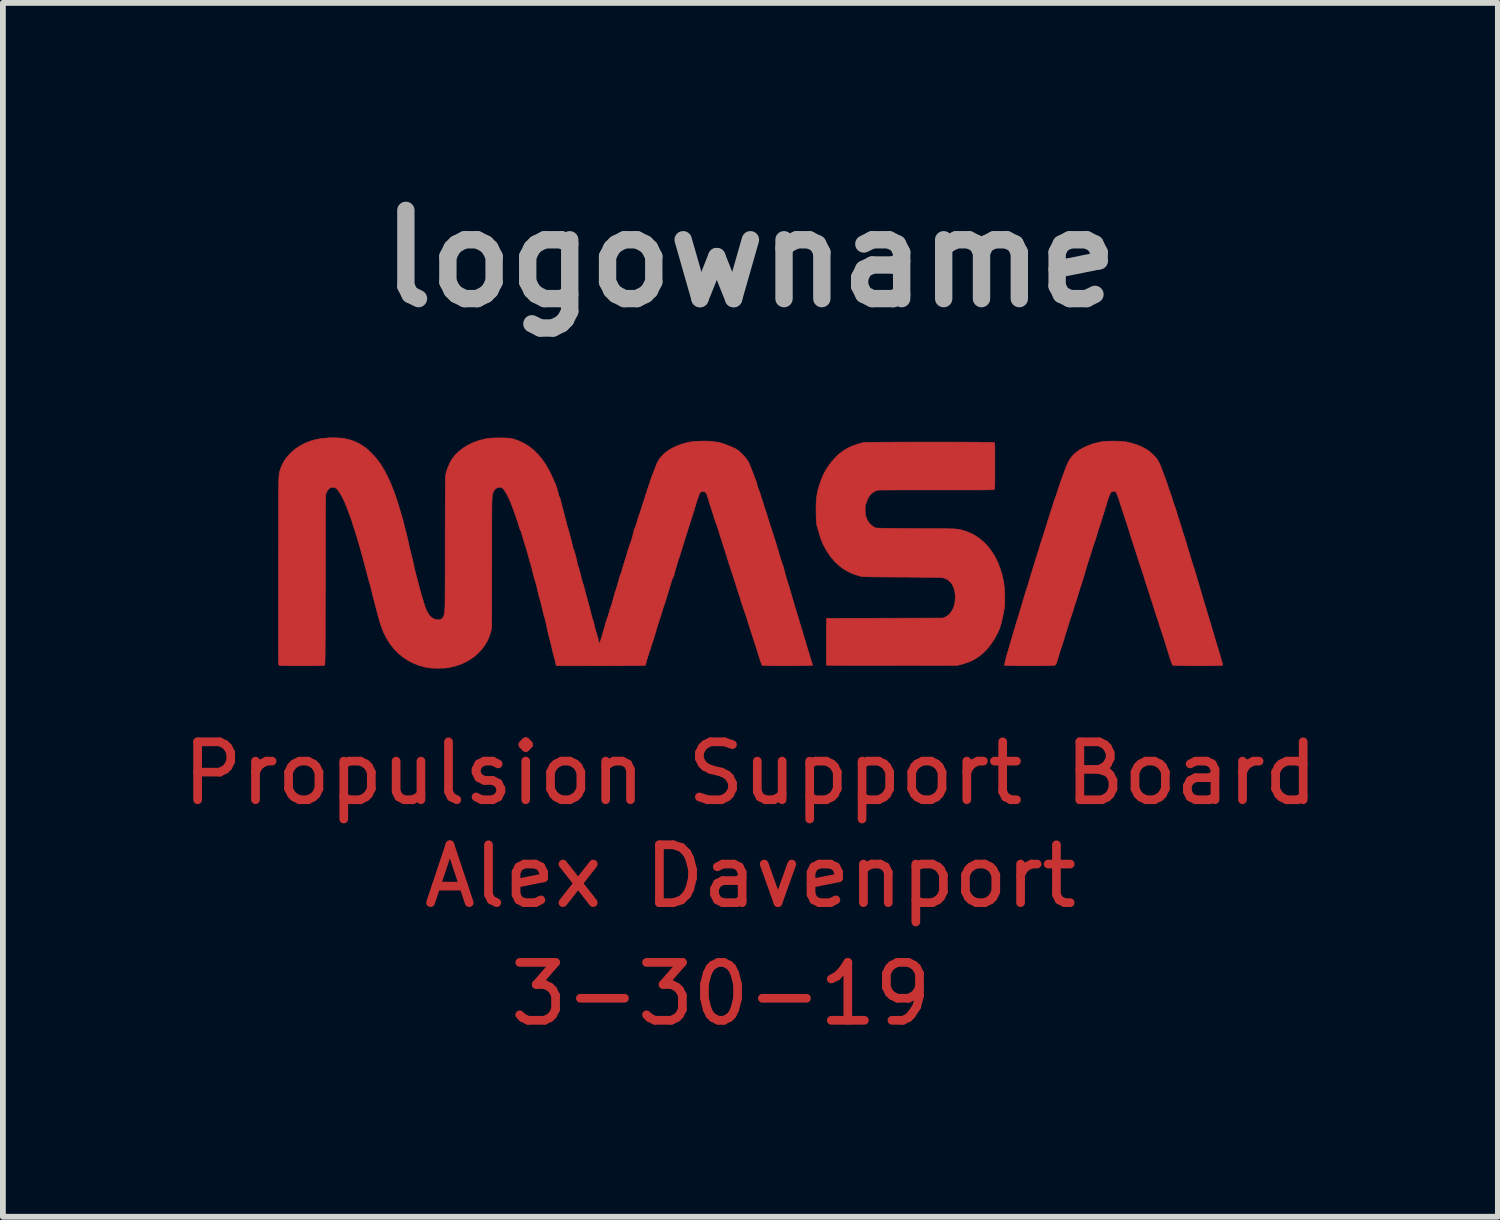
<source format=kicad_pcb>
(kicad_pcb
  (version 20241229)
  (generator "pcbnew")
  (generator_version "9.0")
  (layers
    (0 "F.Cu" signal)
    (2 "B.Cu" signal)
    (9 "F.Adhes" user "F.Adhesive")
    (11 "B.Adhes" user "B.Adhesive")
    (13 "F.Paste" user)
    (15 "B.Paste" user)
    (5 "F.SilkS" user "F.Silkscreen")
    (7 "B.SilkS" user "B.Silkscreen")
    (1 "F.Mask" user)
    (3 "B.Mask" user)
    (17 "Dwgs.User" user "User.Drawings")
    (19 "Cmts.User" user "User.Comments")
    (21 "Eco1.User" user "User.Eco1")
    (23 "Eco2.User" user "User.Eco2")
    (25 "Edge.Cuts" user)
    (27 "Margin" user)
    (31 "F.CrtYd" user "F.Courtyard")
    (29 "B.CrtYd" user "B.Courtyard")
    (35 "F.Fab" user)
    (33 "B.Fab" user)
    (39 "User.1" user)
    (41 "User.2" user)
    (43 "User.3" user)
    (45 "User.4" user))
  (footprint "logowname"
    (layer "F.Cu")
    (at 9.911 6.498)
    (property "Reference" "logowname" (at 0 -5.08 0) (layer "F.Fab") (effects (font (size 1.524 1.524) (thickness 0.3))))
    (attr through_hole)
    (fp_poly (pts (xy 3.253 -1.912) (xy 3.351 -1.912) (xy 3.446 -1.912) (xy 3.539 -1.912) (xy 3.628 -1.911) (xy 3.714 -1.911) (xy 3.794 -1.911) (xy 3.869 -1.91) (xy 3.939 -1.91) (xy 4.002 -1.909) (xy 4.058 -1.909) (xy 4.106 -1.908) (xy 4.146 -1.907) (xy 4.177 -1.907) (xy 4.198 -1.906) (xy 4.21 -1.905) (xy 4.211 -1.905) (xy 4.214 -1.903) (xy 4.216 -1.901) (xy 4.217 -1.896) (xy 4.218 -1.889) (xy 4.22 -1.877) (xy 4.22 -1.861) (xy 4.221 -1.84) (xy 4.222 -1.811) (xy 4.222 -1.775) (xy 4.222 -1.731) (xy 4.222 -1.677) (xy 4.222 -1.612) (xy 4.222 -1.536) (xy 4.222 -1.503) (xy 4.222 -1.422) (xy 4.222 -1.353) (xy 4.222 -1.295) (xy 4.222 -1.246) (xy 4.222 -1.207) (xy 4.221 -1.175) (xy 4.221 -1.151) (xy 4.22 -1.132) (xy 4.219 -1.119) (xy 4.218 -1.109) (xy 4.216 -1.103) (xy 4.214 -1.099) (xy 4.212 -1.096) (xy 4.212 -1.096) (xy 4.21 -1.095) (xy 4.207 -1.093) (xy 4.203 -1.092) (xy 4.196 -1.091) (xy 4.186 -1.09) (xy 4.174 -1.09) (xy 4.158 -1.089) (xy 4.138 -1.088) (xy 4.113 -1.088) (xy 4.084 -1.087) (xy 4.049 -1.087) (xy 4.008 -1.087) (xy 3.96 -1.086) (xy 3.906 -1.086) (xy 3.844 -1.086) (xy 3.774 -1.086) (xy 3.696 -1.086) (xy 3.61 -1.086) (xy 3.513 -1.086) (xy 3.407 -1.086) (xy 3.291 -1.086) (xy 3.218 -1.086) (xy 3.115 -1.086) (xy 3.014 -1.086) (xy 2.916 -1.086) (xy 2.822 -1.086) (xy 2.732 -1.086) (xy 2.648 -1.086) (xy 2.569 -1.086) (xy 2.496 -1.085) (xy 2.43 -1.085) (xy 2.371 -1.085) (xy 2.321 -1.084) (xy 2.278 -1.084) (xy 2.245 -1.084) (xy 2.221 -1.083) (xy 2.208 -1.083) (xy 2.205 -1.082) (xy 2.174 -1.074) (xy 2.14 -1.057) (xy 2.106 -1.035) (xy 2.077 -1.01) (xy 2.056 -0.984) (xy 2.036 -0.95) (xy 2.018 -0.913) (xy 2.006 -0.879) (xy 2 -0.86) (xy 1.992 -0.845) (xy 1.991 -0.842) (xy 1.987 -0.835) (xy 1.984 -0.824) (xy 1.983 -0.806) (xy 1.982 -0.78) (xy 1.982 -0.747) (xy 1.982 -0.71) (xy 1.984 -0.682) (xy 1.986 -0.66) (xy 1.99 -0.642) (xy 1.995 -0.625) (xy 2.019 -0.566) (xy 2.051 -0.515) (xy 2.091 -0.474) (xy 2.138 -0.442) (xy 2.163 -0.43) (xy 2.171 -0.428) (xy 2.188 -0.427) (xy 2.216 -0.426) (xy 2.252 -0.425) (xy 2.299 -0.424) (xy 2.356 -0.423) (xy 2.424 -0.422) (xy 2.501 -0.422) (xy 2.59 -0.421) (xy 2.689 -0.42) (xy 2.798 -0.419) (xy 2.864 -0.419) (xy 2.964 -0.418) (xy 3.055 -0.418) (xy 3.136 -0.418) (xy 3.207 -0.417) (xy 3.27 -0.417) (xy 3.326 -0.416) (xy 3.374 -0.416) (xy 3.415 -0.415) (xy 3.45 -0.414) (xy 3.48 -0.414) (xy 3.506 -0.413) (xy 3.527 -0.412) (xy 3.545 -0.411) (xy 3.559 -0.41) (xy 3.572 -0.408) (xy 3.583 -0.407) (xy 3.593 -0.405) (xy 3.603 -0.403) (xy 3.613 -0.401) (xy 3.616 -0.401) (xy 3.681 -0.384) (xy 3.747 -0.362) (xy 3.809 -0.336) (xy 3.864 -0.308) (xy 3.948 -0.253) (xy 4.027 -0.188) (xy 4.099 -0.113) (xy 4.164 -0.028) (xy 4.222 0.064) (xy 4.272 0.164) (xy 4.313 0.271) (xy 4.327 0.314) (xy 4.345 0.377) (xy 4.359 0.433) (xy 4.37 0.486) (xy 4.379 0.538) (xy 4.384 0.593) (xy 4.388 0.654) (xy 4.391 0.723) (xy 4.392 0.744) (xy 4.393 0.795) (xy 4.393 0.837) (xy 4.392 0.873) (xy 4.39 0.906) (xy 4.387 0.939) (xy 4.382 0.974) (xy 4.375 1.013) (xy 4.366 1.06) (xy 4.357 1.108) (xy 4.344 1.167) (xy 4.332 1.217) (xy 4.32 1.259) (xy 4.307 1.298) (xy 4.292 1.335) (xy 4.275 1.373) (xy 4.271 1.381) (xy 4.215 1.486) (xy 4.154 1.579) (xy 4.088 1.662) (xy 4.017 1.734) (xy 3.94 1.795) (xy 3.858 1.846) (xy 3.769 1.887) (xy 3.673 1.919) (xy 3.643 1.927) (xy 3.575 1.944) (xy 2.446 1.945) (xy 2.295 1.945) (xy 2.154 1.945) (xy 2.025 1.945) (xy 1.906 1.945) (xy 1.798 1.945) (xy 1.701 1.945) (xy 1.615 1.944) (xy 1.539 1.944) (xy 1.474 1.944) (xy 1.421 1.943) (xy 1.378 1.942) (xy 1.346 1.942) (xy 1.325 1.941) (xy 1.315 1.94) (xy 1.314 1.94) (xy 1.314 1.933) (xy 1.313 1.914) (xy 1.313 1.884) (xy 1.313 1.845) (xy 1.313 1.798) (xy 1.313 1.744) (xy 1.313 1.683) (xy 1.313 1.618) (xy 1.313 1.548) (xy 1.313 1.534) (xy 1.315 1.133) (xy 3.327 1.127) (xy 3.359 1.113) (xy 3.39 1.098) (xy 3.414 1.081) (xy 3.436 1.06) (xy 3.454 1.04) (xy 3.486 0.996) (xy 3.509 0.948) (xy 3.525 0.896) (xy 3.535 0.837) (xy 3.537 0.797) (xy 3.538 0.736) (xy 3.533 0.684) (xy 3.524 0.637) (xy 3.508 0.593) (xy 3.481 0.54) (xy 3.446 0.497) (xy 3.404 0.463) (xy 3.356 0.44) (xy 3.324 0.431) (xy 3.314 0.43) (xy 3.297 0.428) (xy 3.273 0.427) (xy 3.241 0.426) (xy 3.201 0.425) (xy 3.152 0.424) (xy 3.095 0.423) (xy 3.028 0.423) (xy 2.952 0.422) (xy 2.866 0.421) (xy 2.77 0.42) (xy 2.664 0.419) (xy 2.616 0.419) (xy 2.515 0.419) (xy 2.426 0.418) (xy 2.346 0.417) (xy 2.275 0.417) (xy 2.213 0.416) (xy 2.159 0.416) (xy 2.112 0.415) (xy 2.071 0.415) (xy 2.037 0.414) (xy 2.008 0.413) (xy 1.984 0.413) (xy 1.964 0.412) (xy 1.948 0.411) (xy 1.934 0.41) (xy 1.923 0.408) (xy 1.914 0.407) (xy 1.905 0.405) (xy 1.897 0.403) (xy 1.889 0.401) (xy 1.889 0.401) (xy 1.788 0.369) (xy 1.694 0.328) (xy 1.608 0.278) (xy 1.527 0.217) (xy 1.453 0.146) (xy 1.385 0.065) (xy 1.321 -0.028) (xy 1.272 -0.114) (xy 1.251 -0.158) (xy 1.23 -0.208) (xy 1.21 -0.265) (xy 1.19 -0.331) (xy 1.177 -0.375) (xy 1.169 -0.404) (xy 1.162 -0.43) (xy 1.156 -0.449) (xy 1.152 -0.458) (xy 1.148 -0.472) (xy 1.145 -0.498) (xy 1.141 -0.533) (xy 1.138 -0.575) (xy 1.136 -0.624) (xy 1.135 -0.677) (xy 1.134 -0.734) (xy 1.134 -0.743) (xy 1.134 -0.819) (xy 1.137 -0.886) (xy 1.142 -0.946) (xy 1.151 -1.003) (xy 1.162 -1.059) (xy 1.177 -1.118) (xy 1.185 -1.146) (xy 1.219 -1.249) (xy 1.257 -1.341) (xy 1.299 -1.423) (xy 1.324 -1.464) (xy 1.361 -1.516) (xy 1.402 -1.57) (xy 1.447 -1.622) (xy 1.491 -1.669) (xy 1.533 -1.708) (xy 1.535 -1.709) (xy 1.602 -1.76) (xy 1.678 -1.806) (xy 1.762 -1.845) (xy 1.852 -1.877) (xy 1.902 -1.891) (xy 1.965 -1.907) (xy 2.29 -1.91) (xy 2.376 -1.91) (xy 2.466 -1.911) (xy 2.559 -1.911) (xy 2.655 -1.911) (xy 2.753 -1.912) (xy 2.853 -1.912) (xy 2.953 -1.912) (xy 3.054 -1.912) (xy 3.154 -1.912) (xy 3.253 -1.912)) (stroke (width 0.01) (type solid)) (fill yes) (layer "F.Cu"))
    (fp_poly (pts (xy 6.324 -1.928) (xy 6.373 -1.926) (xy 6.418 -1.924) (xy 6.457 -1.92) (xy 6.487 -1.916) (xy 6.49 -1.915) (xy 6.585 -1.893) (xy 6.669 -1.867) (xy 6.745 -1.837) (xy 6.813 -1.803) (xy 6.874 -1.764) (xy 6.93 -1.719) (xy 6.974 -1.676) (xy 7.009 -1.636) (xy 7.039 -1.593) (xy 7.065 -1.544) (xy 7.09 -1.487) (xy 7.106 -1.443) (xy 7.115 -1.417) (xy 7.127 -1.384) (xy 7.141 -1.349) (xy 7.153 -1.319) (xy 7.167 -1.281) (xy 7.183 -1.237) (xy 7.198 -1.194) (xy 7.207 -1.167) (xy 7.218 -1.131) (xy 7.23 -1.094) (xy 7.242 -1.06) (xy 7.251 -1.037) (xy 7.261 -1.008) (xy 7.273 -0.973) (xy 7.285 -0.936) (xy 7.293 -0.91) (xy 7.303 -0.879) (xy 7.312 -0.85) (xy 7.32 -0.827) (xy 7.325 -0.813) (xy 7.331 -0.799) (xy 7.339 -0.776) (xy 7.348 -0.746) (xy 7.359 -0.712) (xy 7.365 -0.692) (xy 7.376 -0.653) (xy 7.389 -0.612) (xy 7.401 -0.574) (xy 7.411 -0.542) (xy 7.414 -0.533) (xy 7.425 -0.5) (xy 7.437 -0.463) (xy 7.447 -0.429) (xy 7.45 -0.419) (xy 7.459 -0.387) (xy 7.47 -0.351) (xy 7.481 -0.32) (xy 7.481 -0.318) (xy 7.49 -0.292) (xy 7.502 -0.256) (xy 7.516 -0.208) (xy 7.534 -0.152) (xy 7.553 -0.086) (xy 7.576 -0.012) (xy 7.6 0.069) (xy 7.607 0.092) (xy 7.618 0.13) (xy 7.63 0.168) (xy 7.64 0.202) (xy 7.649 0.228) (xy 7.654 0.241) (xy 7.66 0.261) (xy 7.67 0.289) (xy 7.68 0.324) (xy 7.692 0.363) (xy 7.704 0.403) (xy 7.715 0.443) (xy 7.727 0.482) (xy 7.738 0.523) (xy 7.751 0.564) (xy 7.764 0.609) (xy 7.778 0.657) (xy 7.794 0.71) (xy 7.811 0.768) (xy 7.831 0.834) (xy 7.853 0.907) (xy 7.877 0.989) (xy 7.905 1.081) (xy 7.936 1.183) (xy 7.941 1.2) (xy 7.955 1.246) (xy 7.969 1.294) (xy 7.983 1.342) (xy 7.996 1.384) (xy 8.006 1.418) (xy 8.007 1.422) (xy 8.018 1.461) (xy 8.03 1.502) (xy 8.042 1.54) (xy 8.052 1.572) (xy 8.052 1.572) (xy 8.059 1.596) (xy 8.069 1.63) (xy 8.082 1.671) (xy 8.095 1.715) (xy 8.109 1.761) (xy 8.116 1.786) (xy 8.13 1.834) (xy 8.14 1.871) (xy 8.148 1.899) (xy 8.152 1.918) (xy 8.154 1.931) (xy 8.154 1.939) (xy 8.153 1.943) (xy 8.152 1.943) (xy 8.145 1.944) (xy 8.128 1.945) (xy 8.103 1.946) (xy 8.069 1.947) (xy 8.028 1.948) (xy 7.982 1.948) (xy 7.931 1.949) (xy 7.876 1.949) (xy 7.818 1.949) (xy 7.759 1.949) (xy 7.699 1.949) (xy 7.64 1.949) (xy 7.582 1.949) (xy 7.527 1.949) (xy 7.475 1.948) (xy 7.428 1.948) (xy 7.387 1.947) (xy 7.352 1.946) (xy 7.325 1.946) (xy 7.307 1.945) (xy 7.299 1.943) (xy 7.299 1.943) (xy 7.295 1.94) (xy 7.291 1.934) (xy 7.286 1.925) (xy 7.28 1.911) (xy 7.273 1.893) (xy 7.265 1.868) (xy 7.254 1.837) (xy 7.241 1.799) (xy 7.226 1.752) (xy 7.209 1.696) (xy 7.188 1.63) (xy 7.165 1.554) (xy 7.146 1.494) (xy 7.134 1.456) (xy 7.12 1.414) (xy 7.107 1.373) (xy 7.098 1.348) (xy 7.086 1.312) (xy 7.073 1.272) (xy 7.061 1.234) (xy 7.055 1.216) (xy 7.045 1.182) (xy 7.034 1.146) (xy 7.022 1.113) (xy 7.018 1.102) (xy 7.009 1.076) (xy 6.998 1.043) (xy 6.986 1.005) (xy 6.975 0.968) (xy 6.973 0.962) (xy 6.962 0.926) (xy 6.951 0.891) (xy 6.941 0.86) (xy 6.933 0.836) (xy 6.932 0.832) (xy 6.924 0.811) (xy 6.914 0.781) (xy 6.903 0.747) (xy 6.892 0.71) (xy 6.887 0.694) (xy 6.876 0.658) (xy 6.865 0.622) (xy 6.854 0.591) (xy 6.846 0.567) (xy 6.844 0.559) (xy 6.837 0.539) (xy 6.827 0.51) (xy 6.816 0.476) (xy 6.806 0.44) (xy 6.803 0.43) (xy 6.791 0.392) (xy 6.779 0.353) (xy 6.767 0.316) (xy 6.757 0.287) (xy 6.755 0.283) (xy 6.746 0.258) (xy 6.735 0.225) (xy 6.722 0.185) (xy 6.709 0.144) (xy 6.696 0.105) (xy 6.681 0.058) (xy 6.665 0.006) (xy 6.648 -0.047) (xy 6.632 -0.096) (xy 6.623 -0.124) (xy 6.608 -0.168) (xy 6.592 -0.217) (xy 6.577 -0.266) (xy 6.563 -0.31) (xy 6.558 -0.327) (xy 6.546 -0.366) (xy 6.534 -0.402) (xy 6.522 -0.44) (xy 6.509 -0.481) (xy 6.494 -0.527) (xy 6.476 -0.581) (xy 6.462 -0.622) (xy 6.453 -0.651) (xy 6.441 -0.688) (xy 6.428 -0.727) (xy 6.415 -0.767) (xy 6.412 -0.775) (xy 6.391 -0.84) (xy 6.374 -0.895) (xy 6.359 -0.94) (xy 6.346 -0.976) (xy 6.336 -1.004) (xy 6.327 -1.025) (xy 6.319 -1.04) (xy 6.312 -1.05) (xy 6.304 -1.056) (xy 6.297 -1.059) (xy 6.288 -1.06) (xy 6.278 -1.06) (xy 6.274 -1.06) (xy 6.259 -1.06) (xy 6.245 -1.056) (xy 6.233 -1.049) (xy 6.222 -1.036) (xy 6.212 -1.018) (xy 6.2 -0.992) (xy 6.188 -0.958) (xy 6.173 -0.914) (xy 6.156 -0.859) (xy 6.154 -0.854) (xy 6.13 -0.776) (xy 6.11 -0.709) (xy 6.092 -0.652) (xy 6.077 -0.604) (xy 6.064 -0.564) (xy 6.054 -0.53) (xy 6.045 -0.503) (xy 6.038 -0.48) (xy 6.031 -0.46) (xy 6.026 -0.444) (xy 6.023 -0.437) (xy 6.012 -0.404) (xy 6 -0.365) (xy 5.99 -0.33) (xy 5.989 -0.326) (xy 5.981 -0.298) (xy 5.97 -0.263) (xy 5.958 -0.225) (xy 5.945 -0.188) (xy 5.945 -0.187) (xy 5.932 -0.149) (xy 5.917 -0.105) (xy 5.902 -0.058) (xy 5.889 -0.015) (xy 5.887 -0.01) (xy 5.876 0.027) (xy 5.865 0.062) (xy 5.855 0.093) (xy 5.847 0.117) (xy 5.844 0.124) (xy 5.837 0.145) (xy 5.828 0.174) (xy 5.817 0.208) (xy 5.807 0.242) (xy 5.807 0.244) (xy 5.79 0.302) (xy 5.772 0.363) (xy 5.754 0.423) (xy 5.736 0.48) (xy 5.72 0.532) (xy 5.705 0.577) (xy 5.695 0.606) (xy 5.684 0.641) (xy 5.672 0.679) (xy 5.662 0.714) (xy 5.658 0.726) (xy 5.649 0.759) (xy 5.637 0.797) (xy 5.625 0.833) (xy 5.622 0.84) (xy 5.613 0.869) (xy 5.601 0.905) (xy 5.588 0.945) (xy 5.577 0.983) (xy 5.576 0.987) (xy 5.566 1.021) (xy 5.556 1.051) (xy 5.548 1.076) (xy 5.542 1.092) (xy 5.541 1.095) (xy 5.537 1.106) (xy 5.53 1.125) (xy 5.521 1.152) (xy 5.509 1.189) (xy 5.495 1.236) (xy 5.477 1.293) (xy 5.456 1.36) (xy 5.432 1.439) (xy 5.424 1.467) (xy 5.411 1.508) (xy 5.399 1.548) (xy 5.387 1.584) (xy 5.377 1.614) (xy 5.37 1.634) (xy 5.37 1.635) (xy 5.363 1.656) (xy 5.353 1.686) (xy 5.342 1.722) (xy 5.33 1.761) (xy 5.322 1.788) (xy 5.308 1.835) (xy 5.297 1.872) (xy 5.287 1.899) (xy 5.279 1.918) (xy 5.271 1.931) (xy 5.263 1.939) (xy 5.255 1.943) (xy 5.247 1.944) (xy 5.228 1.946) (xy 5.2 1.946) (xy 5.161 1.947) (xy 5.114 1.948) (xy 5.057 1.949) (xy 4.993 1.949) (xy 4.921 1.949) (xy 4.842 1.949) (xy 4.817 1.949) (xy 4.736 1.949) (xy 4.666 1.949) (xy 4.606 1.949) (xy 4.554 1.949) (xy 4.511 1.948) (xy 4.476 1.948) (xy 4.447 1.947) (xy 4.426 1.946) (xy 4.41 1.945) (xy 4.399 1.944) (xy 4.393 1.943) (xy 4.39 1.941) (xy 4.39 1.941) (xy 4.391 1.932) (xy 4.394 1.913) (xy 4.399 1.886) (xy 4.407 1.854) (xy 4.416 1.819) (xy 4.425 1.783) (xy 4.434 1.749) (xy 4.444 1.718) (xy 4.448 1.704) (xy 4.455 1.681) (xy 4.465 1.649) (xy 4.476 1.611) (xy 4.487 1.572) (xy 4.494 1.546) (xy 4.51 1.492) (xy 4.527 1.433) (xy 4.545 1.373) (xy 4.563 1.313) (xy 4.58 1.256) (xy 4.596 1.204) (xy 4.609 1.159) (xy 4.621 1.124) (xy 4.621 1.124) (xy 4.63 1.096) (xy 4.641 1.059) (xy 4.653 1.019) (xy 4.665 0.979) (xy 4.669 0.965) (xy 4.693 0.88) (xy 4.715 0.807) (xy 4.733 0.746) (xy 4.748 0.696) (xy 4.76 0.658) (xy 4.77 0.632) (xy 4.77 0.63) (xy 4.777 0.61) (xy 4.786 0.581) (xy 4.797 0.547) (xy 4.808 0.508) (xy 4.817 0.477) (xy 4.83 0.433) (xy 4.845 0.382) (xy 4.862 0.328) (xy 4.878 0.276) (xy 4.889 0.238) (xy 4.904 0.191) (xy 4.921 0.137) (xy 4.939 0.079) (xy 4.956 0.023) (xy 4.972 -0.028) (xy 4.972 -0.029) (xy 4.986 -0.072) (xy 4.999 -0.115) (xy 5.011 -0.154) (xy 5.022 -0.187) (xy 5.03 -0.212) (xy 5.032 -0.219) (xy 5.054 -0.285) (xy 5.077 -0.359) (xy 5.102 -0.436) (xy 5.125 -0.511) (xy 5.137 -0.552) (xy 5.15 -0.593) (xy 5.163 -0.635) (xy 5.176 -0.674) (xy 5.187 -0.707) (xy 5.191 -0.721) (xy 5.202 -0.755) (xy 5.214 -0.792) (xy 5.225 -0.826) (xy 5.228 -0.838) (xy 5.238 -0.871) (xy 5.25 -0.906) (xy 5.262 -0.937) (xy 5.263 -0.94) (xy 5.272 -0.964) (xy 5.283 -0.997) (xy 5.295 -1.033) (xy 5.307 -1.069) (xy 5.308 -1.073) (xy 5.321 -1.112) (xy 5.336 -1.158) (xy 5.354 -1.211) (xy 5.374 -1.267) (xy 5.394 -1.324) (xy 5.415 -1.38) (xy 5.434 -1.432) (xy 5.452 -1.479) (xy 5.467 -1.517) (xy 5.474 -1.535) (xy 5.509 -1.602) (xy 5.553 -1.663) (xy 5.607 -1.718) (xy 5.67 -1.767) (xy 5.743 -1.811) (xy 5.826 -1.849) (xy 5.917 -1.882) (xy 6.018 -1.908) (xy 6.056 -1.916) (xy 6.087 -1.92) (xy 6.126 -1.924) (xy 6.171 -1.926) (xy 6.22 -1.928) (xy 6.272 -1.928) (xy 6.324 -1.928)) (stroke (width 0.01) (type solid)) (fill yes) (layer "F.Cu"))
    (fp_poly (pts (xy -7.065 -1.98) (xy -6.978 -1.966) (xy -6.897 -1.945) (xy -6.821 -1.916) (xy -6.747 -1.879) (xy -6.674 -1.833) (xy -6.637 -1.805) (xy -6.599 -1.774) (xy -6.558 -1.734) (xy -6.515 -1.689) (xy -6.472 -1.64) (xy -6.432 -1.591) (xy -6.396 -1.543) (xy -6.378 -1.516) (xy -6.318 -1.416) (xy -6.261 -1.304) (xy -6.205 -1.18) (xy -6.153 -1.047) (xy -6.103 -0.903) (xy -6.069 -0.791) (xy -6.057 -0.75) (xy -6.045 -0.712) (xy -6.035 -0.678) (xy -6.027 -0.651) (xy -6.021 -0.633) (xy -6.02 -0.631) (xy -6.015 -0.613) (xy -6.007 -0.586) (xy -5.999 -0.553) (xy -5.99 -0.517) (xy -5.986 -0.501) (xy -5.976 -0.46) (xy -5.966 -0.417) (xy -5.955 -0.376) (xy -5.946 -0.342) (xy -5.944 -0.334) (xy -5.937 -0.305) (xy -5.927 -0.266) (xy -5.917 -0.223) (xy -5.907 -0.179) (xy -5.901 -0.15) (xy -5.892 -0.108) (xy -5.882 -0.066) (xy -5.873 -0.026) (xy -5.864 0.007) (xy -5.86 0.025) (xy -5.852 0.052) (xy -5.844 0.088) (xy -5.834 0.129) (xy -5.824 0.171) (xy -5.818 0.201) (xy -5.809 0.245) (xy -5.798 0.291) (xy -5.787 0.336) (xy -5.777 0.375) (xy -5.772 0.394) (xy -5.762 0.431) (xy -5.751 0.471) (xy -5.742 0.508) (xy -5.735 0.533) (xy -5.728 0.563) (xy -5.718 0.6) (xy -5.706 0.643) (xy -5.693 0.69) (xy -5.679 0.739) (xy -5.664 0.788) (xy -5.65 0.835) (xy -5.637 0.877) (xy -5.626 0.913) (xy -5.617 0.94) (xy -5.612 0.954) (xy -5.584 1.017) (xy -5.553 1.067) (xy -5.519 1.106) (xy -5.483 1.133) (xy -5.482 1.133) (xy -5.45 1.147) (xy -5.416 1.156) (xy -5.383 1.158) (xy -5.36 1.155) (xy -5.341 1.146) (xy -5.322 1.131) (xy -5.306 1.113) (xy -5.296 1.095) (xy -5.295 1.089) (xy -5.292 1.077) (xy -5.288 1.056) (xy -5.283 1.032) (xy -5.283 1.029) (xy -5.281 1.022) (xy -5.28 1.015) (xy -5.279 1.006) (xy -5.278 0.995) (xy -5.277 0.982) (xy -5.277 0.965) (xy -5.276 0.945) (xy -5.275 0.921) (xy -5.275 0.891) (xy -5.274 0.856) (xy -5.274 0.815) (xy -5.274 0.768) (xy -5.273 0.713) (xy -5.273 0.651) (xy -5.273 0.58) (xy -5.273 0.501) (xy -5.272 0.412) (xy -5.272 0.313) (xy -5.272 0.203) (xy -5.272 0.083) (xy -5.272 -0.05) (xy -5.272 -0.159) (xy -5.272 -0.314) (xy -5.272 -0.456) (xy -5.271 -0.587) (xy -5.271 -0.706) (xy -5.271 -0.813) (xy -5.27 -0.91) (xy -5.27 -0.995) (xy -5.27 -1.07) (xy -5.269 -1.135) (xy -5.269 -1.191) (xy -5.268 -1.236) (xy -5.267 -1.273) (xy -5.267 -1.301) (xy -5.266 -1.32) (xy -5.265 -1.332) (xy -5.265 -1.333) (xy -5.255 -1.38) (xy -5.244 -1.42) (xy -5.23 -1.461) (xy -5.213 -1.501) (xy -5.191 -1.549) (xy -5.171 -1.589) (xy -5.149 -1.623) (xy -5.125 -1.656) (xy -5.101 -1.685) (xy -5.035 -1.751) (xy -4.96 -1.809) (xy -4.878 -1.86) (xy -4.788 -1.903) (xy -4.691 -1.938) (xy -4.588 -1.965) (xy -4.548 -1.973) (xy -4.524 -1.976) (xy -4.498 -1.979) (xy -4.469 -1.981) (xy -4.434 -1.983) (xy -4.392 -1.984) (xy -4.342 -1.984) (xy -4.327 -1.984) (xy -4.273 -1.984) (xy -4.228 -1.983) (xy -4.191 -1.981) (xy -4.158 -1.978) (xy -4.128 -1.973) (xy -4.1 -1.967) (xy -4.07 -1.958) (xy -4.038 -1.947) (xy -4.003 -1.934) (xy -3.913 -1.892) (xy -3.826 -1.839) (xy -3.745 -1.775) (xy -3.668 -1.699) (xy -3.597 -1.613) (xy -3.531 -1.517) (xy -3.471 -1.411) (xy -3.422 -1.309) (xy -3.408 -1.275) (xy -3.394 -1.245) (xy -3.383 -1.219) (xy -3.375 -1.201) (xy -3.371 -1.194) (xy -3.364 -1.177) (xy -3.355 -1.152) (xy -3.345 -1.121) (xy -3.335 -1.087) (xy -3.326 -1.055) (xy -3.319 -1.026) (xy -3.315 -1.006) (xy -3.315 -1.002) (xy -3.31 -0.98) (xy -3.303 -0.97) (xy -3.302 -0.97) (xy -3.296 -0.963) (xy -3.289 -0.944) (xy -3.281 -0.913) (xy -3.278 -0.901) (xy -3.27 -0.869) (xy -3.26 -0.83) (xy -3.249 -0.788) (xy -3.238 -0.749) (xy -3.238 -0.746) (xy -3.226 -0.704) (xy -3.214 -0.656) (xy -3.201 -0.607) (xy -3.191 -0.566) (xy -3.181 -0.528) (xy -3.171 -0.487) (xy -3.16 -0.45) (xy -3.151 -0.419) (xy -3.15 -0.416) (xy -3.143 -0.392) (xy -3.134 -0.361) (xy -3.124 -0.325) (xy -3.114 -0.286) (xy -3.103 -0.245) (xy -3.093 -0.205) (xy -3.083 -0.167) (xy -3.075 -0.134) (xy -3.069 -0.108) (xy -3.066 -0.091) (xy -3.065 -0.085) (xy -3.061 -0.072) (xy -3.057 -0.067) (xy -3.053 -0.059) (xy -3.047 -0.042) (xy -3.039 -0.016) (xy -3.03 0.014) (xy -3.021 0.047) (xy -3.012 0.08) (xy -3.005 0.112) (xy -2.998 0.139) (xy -2.994 0.159) (xy -2.993 0.168) (xy -2.991 0.18) (xy -2.986 0.2) (xy -2.978 0.224) (xy -2.975 0.232) (xy -2.966 0.258) (xy -2.956 0.292) (xy -2.946 0.329) (xy -2.937 0.367) (xy -2.936 0.371) (xy -2.924 0.421) (xy -2.915 0.459) (xy -2.907 0.489) (xy -2.901 0.51) (xy -2.895 0.526) (xy -2.89 0.537) (xy -2.889 0.538) (xy -2.883 0.555) (xy -2.877 0.575) (xy -2.877 0.577) (xy -2.873 0.597) (xy -2.866 0.624) (xy -2.858 0.657) (xy -2.847 0.699) (xy -2.832 0.751) (xy -2.815 0.813) (xy -2.808 0.838) (xy -2.795 0.883) (xy -2.783 0.929) (xy -2.772 0.972) (xy -2.762 1.01) (xy -2.755 1.04) (xy -2.753 1.048) (xy -2.746 1.079) (xy -2.738 1.11) (xy -2.73 1.135) (xy -2.726 1.146) (xy -2.718 1.168) (xy -2.71 1.196) (xy -2.702 1.226) (xy -2.701 1.232) (xy -2.692 1.272) (xy -2.68 1.319) (xy -2.666 1.367) (xy -2.653 1.411) (xy -2.646 1.435) (xy -2.639 1.455) (xy -2.632 1.482) (xy -2.625 1.511) (xy -2.624 1.516) (xy -2.618 1.54) (xy -2.613 1.559) (xy -2.609 1.57) (xy -2.608 1.571) (xy -2.605 1.566) (xy -2.6 1.551) (xy -2.592 1.527) (xy -2.582 1.497) (xy -2.571 1.462) (xy -2.56 1.424) (xy -2.548 1.385) (xy -2.537 1.346) (xy -2.526 1.31) (xy -2.517 1.279) (xy -2.511 1.253) (xy -2.506 1.236) (xy -2.506 1.231) (xy -2.5 1.21) (xy -2.492 1.192) (xy -2.491 1.192) (xy -2.483 1.175) (xy -2.48 1.158) (xy -2.478 1.141) (xy -2.473 1.131) (xy -2.468 1.121) (xy -2.461 1.102) (xy -2.453 1.076) (xy -2.445 1.046) (xy -2.444 1.045) (xy -2.434 1.009) (xy -2.423 0.973) (xy -2.413 0.94) (xy -2.405 0.92) (xy -2.396 0.894) (xy -2.386 0.861) (xy -2.376 0.824) (xy -2.366 0.788) (xy -2.366 0.786) (xy -2.357 0.754) (xy -2.35 0.725) (xy -2.343 0.703) (xy -2.339 0.689) (xy -2.338 0.687) (xy -2.334 0.676) (xy -2.327 0.656) (xy -2.319 0.629) (xy -2.309 0.598) (xy -2.299 0.566) (xy -2.29 0.534) (xy -2.282 0.505) (xy -2.275 0.482) (xy -2.272 0.467) (xy -2.271 0.462) (xy -2.269 0.451) (xy -2.263 0.436) (xy -2.256 0.417) (xy -2.251 0.396) (xy -2.247 0.378) (xy -2.24 0.365) (xy -2.239 0.365) (xy -2.232 0.352) (xy -2.227 0.335) (xy -2.22 0.31) (xy -2.212 0.278) (xy -2.2 0.239) (xy -2.185 0.191) (xy -2.18 0.175) (xy -2.17 0.144) (xy -2.158 0.104) (xy -2.144 0.06) (xy -2.131 0.014) (xy -2.119 -0.025) (xy -2.108 -0.063) (xy -2.097 -0.097) (xy -2.088 -0.125) (xy -2.081 -0.144) (xy -2.076 -0.155) (xy -2.076 -0.156) (xy -2.072 -0.164) (xy -2.066 -0.181) (xy -2.058 -0.206) (xy -2.049 -0.235) (xy -2.04 -0.266) (xy -2.032 -0.297) (xy -2.025 -0.324) (xy -2.02 -0.345) (xy -2.018 -0.359) (xy -2.017 -0.36) (xy -2.015 -0.371) (xy -2.009 -0.39) (xy -2 -0.413) (xy -1.995 -0.424) (xy -1.984 -0.455) (xy -1.971 -0.491) (xy -1.96 -0.528) (xy -1.956 -0.542) (xy -1.946 -0.576) (xy -1.934 -0.614) (xy -1.923 -0.649) (xy -1.918 -0.66) (xy -1.907 -0.691) (xy -1.896 -0.725) (xy -1.887 -0.754) (xy -1.885 -0.759) (xy -1.877 -0.785) (xy -1.867 -0.817) (xy -1.856 -0.851) (xy -1.851 -0.867) (xy -1.84 -0.898) (xy -1.828 -0.937) (xy -1.815 -0.977) (xy -1.803 -1.015) (xy -1.802 -1.016) (xy -1.79 -1.055) (xy -1.776 -1.098) (xy -1.763 -1.138) (xy -1.751 -1.172) (xy -1.741 -1.202) (xy -1.731 -1.23) (xy -1.724 -1.254) (xy -1.72 -1.267) (xy -1.715 -1.283) (xy -1.706 -1.306) (xy -1.696 -1.335) (xy -1.684 -1.365) (xy -1.67 -1.4) (xy -1.656 -1.436) (xy -1.643 -1.47) (xy -1.635 -1.491) (xy -1.616 -1.541) (xy -1.595 -1.582) (xy -1.573 -1.618) (xy -1.545 -1.654) (xy -1.54 -1.66) (xy -1.486 -1.715) (xy -1.422 -1.764) (xy -1.35 -1.808) (xy -1.27 -1.846) (xy -1.182 -1.878) (xy -1.088 -1.904) (xy -1.031 -1.915) (xy -1 -1.92) (xy -0.961 -1.923) (xy -0.916 -1.926) (xy -0.868 -1.928) (xy -0.819 -1.929) (xy -0.772 -1.929) (xy -0.73 -1.928) (xy -0.694 -1.926) (xy -0.678 -1.925) (xy -0.647 -1.921) (xy -0.613 -1.916) (xy -0.582 -1.912) (xy -0.571 -1.911) (xy -0.544 -1.906) (xy -0.508 -1.896) (xy -0.466 -1.883) (xy -0.42 -1.866) (xy -0.372 -1.847) (xy -0.323 -1.827) (xy -0.276 -1.806) (xy -0.256 -1.796) (xy -0.223 -1.776) (xy -0.185 -1.747) (xy -0.147 -1.71) (xy -0.109 -1.67) (xy -0.074 -1.626) (xy -0.043 -1.583) (xy -0.029 -1.559) (xy -0.022 -1.543) (xy -0.011 -1.518) (xy 0.002 -1.486) (xy 0.017 -1.449) (xy 0.032 -1.409) (xy 0.038 -1.394) (xy 0.053 -1.354) (xy 0.067 -1.316) (xy 0.08 -1.283) (xy 0.09 -1.257) (xy 0.097 -1.239) (xy 0.099 -1.235) (xy 0.107 -1.213) (xy 0.113 -1.187) (xy 0.115 -1.177) (xy 0.121 -1.152) (xy 0.13 -1.124) (xy 0.137 -1.106) (xy 0.146 -1.084) (xy 0.157 -1.054) (xy 0.168 -1.022) (xy 0.173 -1.006) (xy 0.18 -0.982) (xy 0.191 -0.949) (xy 0.203 -0.909) (xy 0.218 -0.864) (xy 0.233 -0.818) (xy 0.243 -0.787) (xy 0.259 -0.736) (xy 0.278 -0.679) (xy 0.296 -0.621) (xy 0.313 -0.566) (xy 0.329 -0.517) (xy 0.333 -0.501) (xy 0.347 -0.458) (xy 0.361 -0.413) (xy 0.375 -0.371) (xy 0.387 -0.335) (xy 0.396 -0.307) (xy 0.397 -0.304) (xy 0.408 -0.271) (xy 0.421 -0.231) (xy 0.434 -0.189) (xy 0.444 -0.156) (xy 0.463 -0.091) (xy 0.481 -0.03) (xy 0.498 0.026) (xy 0.513 0.076) (xy 0.526 0.119) (xy 0.538 0.154) (xy 0.546 0.179) (xy 0.552 0.192) (xy 0.557 0.207) (xy 0.565 0.231) (xy 0.573 0.261) (xy 0.583 0.296) (xy 0.587 0.314) (xy 0.598 0.354) (xy 0.609 0.396) (xy 0.62 0.436) (xy 0.631 0.47) (xy 0.633 0.477) (xy 0.643 0.508) (xy 0.655 0.547) (xy 0.668 0.588) (xy 0.68 0.629) (xy 0.683 0.638) (xy 0.696 0.684) (xy 0.712 0.739) (xy 0.731 0.802) (xy 0.751 0.871) (xy 0.773 0.944) (xy 0.795 1.018) (xy 0.818 1.092) (xy 0.839 1.163) (xy 0.841 1.168) (xy 0.854 1.214) (xy 0.87 1.267) (xy 0.887 1.324) (xy 0.904 1.38) (xy 0.919 1.431) (xy 0.921 1.435) (xy 0.947 1.522) (xy 0.969 1.597) (xy 0.989 1.662) (xy 1.006 1.718) (xy 1.02 1.764) (xy 1.031 1.803) (xy 1.041 1.834) (xy 1.049 1.859) (xy 1.055 1.878) (xy 1.06 1.893) (xy 1.064 1.904) (xy 1.064 1.904) (xy 1.071 1.924) (xy 1.073 1.935) (xy 1.071 1.942) (xy 1.069 1.944) (xy 1.062 1.945) (xy 1.045 1.945) (xy 1.019 1.946) (xy 0.984 1.947) (xy 0.941 1.948) (xy 0.89 1.948) (xy 0.834 1.949) (xy 0.771 1.949) (xy 0.704 1.949) (xy 0.636 1.949) (xy 0.554 1.949) (xy 0.482 1.949) (xy 0.42 1.949) (xy 0.367 1.949) (xy 0.323 1.948) (xy 0.286 1.948) (xy 0.258 1.947) (xy 0.235 1.946) (xy 0.219 1.945) (xy 0.209 1.944) (xy 0.203 1.942) (xy 0.202 1.942) (xy 0.198 1.934) (xy 0.191 1.915) (xy 0.181 1.888) (xy 0.169 1.855) (xy 0.157 1.816) (xy 0.147 1.784) (xy 0.133 1.74) (xy 0.12 1.7) (xy 0.108 1.661) (xy 0.096 1.623) (xy 0.083 1.582) (xy 0.068 1.538) (xy 0.052 1.487) (xy 0.033 1.428) (xy 0.011 1.362) (xy -0.001 1.324) (xy -0.015 1.279) (xy -0.03 1.231) (xy -0.045 1.185) (xy -0.052 1.162) (xy -0.063 1.125) (xy -0.074 1.092) (xy -0.084 1.063) (xy -0.091 1.042) (xy -0.095 1.032) (xy -0.1 1.018) (xy -0.108 0.996) (xy -0.117 0.968) (xy -0.124 0.946) (xy -0.133 0.918) (xy -0.142 0.893) (xy -0.148 0.875) (xy -0.152 0.867) (xy -0.157 0.853) (xy -0.162 0.833) (xy -0.166 0.82) (xy -0.172 0.794) (xy -0.181 0.765) (xy -0.187 0.747) (xy -0.195 0.727) (xy -0.204 0.698) (xy -0.215 0.664) (xy -0.227 0.628) (xy -0.231 0.613) (xy -0.241 0.582) (xy -0.254 0.541) (xy -0.269 0.494) (xy -0.285 0.443) (xy -0.303 0.39) (xy -0.32 0.338) (xy -0.322 0.33) (xy -0.339 0.281) (xy -0.354 0.233) (xy -0.369 0.189) (xy -0.381 0.149) (xy -0.391 0.117) (xy -0.398 0.094) (xy -0.4 0.089) (xy -0.406 0.068) (xy -0.415 0.037) (xy -0.427 -0.000298) (xy -0.441 -0.043) (xy -0.456 -0.088) (xy -0.467 -0.124) (xy -0.483 -0.172) (xy -0.499 -0.223) (xy -0.515 -0.272) (xy -0.529 -0.317) (xy -0.541 -0.355) (xy -0.546 -0.373) (xy -0.557 -0.408) (xy -0.567 -0.44) (xy -0.576 -0.467) (xy -0.583 -0.486) (xy -0.585 -0.491) (xy -0.591 -0.506) (xy -0.6 -0.531) (xy -0.611 -0.562) (xy -0.622 -0.596) (xy -0.626 -0.61) (xy -0.638 -0.647) (xy -0.65 -0.685) (xy -0.661 -0.719) (xy -0.67 -0.747) (xy -0.672 -0.752) (xy -0.68 -0.777) (xy -0.691 -0.81) (xy -0.703 -0.847) (xy -0.714 -0.886) (xy -0.719 -0.902) (xy -0.729 -0.937) (xy -0.739 -0.969) (xy -0.748 -0.996) (xy -0.755 -1.014) (xy -0.757 -1.021) (xy -0.773 -1.042) (xy -0.794 -1.056) (xy -0.819 -1.06) (xy -0.844 -1.055) (xy -0.86 -1.046) (xy -0.867 -1.04) (xy -0.874 -1.03) (xy -0.881 -1.015) (xy -0.89 -0.995) (xy -0.9 -0.968) (xy -0.912 -0.933) (xy -0.926 -0.89) (xy -0.942 -0.837) (xy -0.962 -0.773) (xy -0.964 -0.765) (xy -0.977 -0.723) (xy -0.991 -0.678) (xy -1.005 -0.635) (xy -1.017 -0.597) (xy -1.022 -0.581) (xy -1.035 -0.539) (xy -1.052 -0.487) (xy -1.07 -0.429) (xy -1.09 -0.366) (xy -1.111 -0.301) (xy -1.131 -0.237) (xy -1.15 -0.176) (xy -1.167 -0.12) (xy -1.182 -0.072) (xy -1.19 -0.044) (xy -1.203 -0.004) (xy -1.216 0.038) (xy -1.229 0.077) (xy -1.24 0.11) (xy -1.245 0.124) (xy -1.253 0.151) (xy -1.264 0.185) (xy -1.275 0.223) (xy -1.287 0.263) (xy -1.298 0.302) (xy -1.308 0.338) (xy -1.315 0.367) (xy -1.32 0.387) (xy -1.32 0.389) (xy -1.326 0.407) (xy -1.334 0.419) (xy -1.34 0.43) (xy -1.348 0.449) (xy -1.357 0.476) (xy -1.368 0.508) (xy -1.372 0.522) (xy -1.395 0.601) (xy -1.417 0.673) (xy -1.437 0.738) (xy -1.455 0.795) (xy -1.47 0.843) (xy -1.482 0.88) (xy -1.49 0.902) (xy -1.501 0.935) (xy -1.513 0.973) (xy -1.523 1.007) (xy -1.524 1.01) (xy -1.533 1.04) (xy -1.545 1.077) (xy -1.557 1.113) (xy -1.561 1.127) (xy -1.571 1.157) (xy -1.583 1.194) (xy -1.596 1.235) (xy -1.609 1.276) (xy -1.613 1.289) (xy -1.631 1.351) (xy -1.65 1.415) (xy -1.67 1.477) (xy -1.688 1.537) (xy -1.706 1.592) (xy -1.722 1.641) (xy -1.735 1.682) (xy -1.746 1.713) (xy -1.747 1.716) (xy -1.757 1.747) (xy -1.769 1.785) (xy -1.782 1.826) (xy -1.791 1.86) (xy -1.8 1.89) (xy -1.808 1.916) (xy -1.814 1.936) (xy -1.818 1.945) (xy -1.819 1.946) (xy -1.825 1.946) (xy -1.841 1.947) (xy -1.866 1.947) (xy -1.9 1.947) (xy -1.943 1.948) (xy -1.992 1.948) (xy -2.048 1.948) (xy -2.109 1.948) (xy -2.176 1.949) (xy -2.246 1.949) (xy -2.32 1.949) (xy -2.397 1.949) (xy -2.475 1.95) (xy -2.554 1.95) (xy -2.634 1.95) (xy -2.713 1.95) (xy -2.791 1.95) (xy -2.867 1.951) (xy -2.94 1.951) (xy -3.009 1.951) (xy -3.075 1.951) (xy -3.135 1.951) (xy -3.189 1.951) (xy -3.237 1.951) (xy -3.277 1.95) (xy -3.31 1.95) (xy -3.333 1.95) (xy -3.347 1.95) (xy -3.349 1.95) (xy -3.353 1.944) (xy -3.358 1.929) (xy -3.362 1.91) (xy -3.367 1.887) (xy -3.374 1.856) (xy -3.383 1.824) (xy -3.388 1.807) (xy -3.397 1.776) (xy -3.407 1.736) (xy -3.417 1.695) (xy -3.426 1.655) (xy -3.426 1.654) (xy -3.435 1.613) (xy -3.447 1.565) (xy -3.459 1.517) (xy -3.47 1.474) (xy -3.47 1.473) (xy -3.484 1.422) (xy -3.495 1.379) (xy -3.504 1.338) (xy -3.513 1.296) (xy -3.517 1.273) (xy -3.522 1.246) (xy -3.528 1.219) (xy -3.535 1.189) (xy -3.544 1.154) (xy -3.556 1.111) (xy -3.559 1.102) (xy -3.57 1.061) (xy -3.582 1.013) (xy -3.594 0.964) (xy -3.604 0.92) (xy -3.605 0.916) (xy -3.613 0.881) (xy -3.621 0.849) (xy -3.628 0.823) (xy -3.633 0.806) (xy -3.635 0.801) (xy -3.639 0.79) (xy -3.644 0.774) (xy -3.65 0.752) (xy -3.657 0.723) (xy -3.666 0.685) (xy -3.678 0.637) (xy -3.685 0.603) (xy -3.693 0.57) (xy -3.701 0.539) (xy -3.708 0.514) (xy -3.714 0.497) (xy -3.715 0.495) (xy -3.719 0.482) (xy -3.726 0.459) (xy -3.735 0.428) (xy -3.743 0.393) (xy -3.751 0.363) (xy -3.76 0.322) (xy -3.771 0.281) (xy -3.781 0.242) (xy -3.79 0.21) (xy -3.795 0.195) (xy -3.803 0.167) (xy -3.814 0.132) (xy -3.825 0.092) (xy -3.836 0.051) (xy -3.84 0.038) (xy -3.85 -0.001) (xy -3.862 -0.042) (xy -3.873 -0.081) (xy -3.883 -0.112) (xy -3.886 -0.121) (xy -3.896 -0.149) (xy -3.907 -0.186) (xy -3.919 -0.227) (xy -3.93 -0.266) (xy -3.933 -0.276) (xy -3.943 -0.31) (xy -3.953 -0.342) (xy -3.962 -0.369) (xy -3.97 -0.387) (xy -3.972 -0.392) (xy -3.982 -0.414) (xy -3.99 -0.438) (xy -3.991 -0.441) (xy -3.996 -0.462) (xy -4.006 -0.493) (xy -4.019 -0.533) (xy -4.034 -0.578) (xy -4.051 -0.627) (xy -4.069 -0.679) (xy -4.088 -0.732) (xy -4.107 -0.783) (xy -4.125 -0.83) (xy -4.142 -0.873) (xy -4.157 -0.909) (xy -4.162 -0.921) (xy -4.177 -0.953) (xy -4.195 -0.988) (xy -4.214 -1.023) (xy -4.234 -1.056) (xy -4.252 -1.084) (xy -4.266 -1.103) (xy -4.267 -1.103) (xy -4.291 -1.123) (xy -4.318 -1.133) (xy -4.348 -1.132) (xy -4.377 -1.123) (xy -4.403 -1.104) (xy -4.426 -1.078) (xy -4.439 -1.053) (xy -4.442 -1.045) (xy -4.445 -1.037) (xy -4.448 -1.029) (xy -4.451 -1.021) (xy -4.453 -1.013) (xy -4.455 -1.002) (xy -4.457 -0.99) (xy -4.459 -0.975) (xy -4.46 -0.956) (xy -4.462 -0.934) (xy -4.463 -0.908) (xy -4.464 -0.876) (xy -4.465 -0.839) (xy -4.465 -0.796) (xy -4.466 -0.746) (xy -4.466 -0.689) (xy -4.467 -0.624) (xy -4.467 -0.551) (xy -4.467 -0.468) (xy -4.467 -0.376) (xy -4.467 -0.274) (xy -4.467 -0.162) (xy -4.467 -0.038) (xy -4.467 0.098) (xy -4.467 0.168) (xy -4.468 1.292) (xy -4.483 1.355) (xy -4.509 1.441) (xy -4.545 1.523) (xy -4.59 1.6) (xy -4.644 1.671) (xy -4.706 1.737) (xy -4.775 1.796) (xy -4.851 1.849) (xy -4.934 1.894) (xy -5.022 1.932) (xy -5.116 1.961) (xy -5.213 1.982) (xy -5.249 1.987) (xy -5.276 1.99) (xy -5.312 1.991) (xy -5.354 1.993) (xy -5.398 1.993) (xy -5.442 1.993) (xy -5.483 1.991) (xy -5.518 1.99) (xy -5.543 1.987) (xy -5.637 1.97) (xy -5.732 1.942) (xy -5.827 1.903) (xy -5.911 1.86) (xy -6.001 1.801) (xy -6.084 1.732) (xy -6.159 1.655) (xy -6.226 1.568) (xy -6.286 1.473) (xy -6.337 1.37) (xy -6.38 1.258) (xy -6.401 1.191) (xy -6.413 1.149) (xy -6.427 1.097) (xy -6.443 1.04) (xy -6.459 0.977) (xy -6.476 0.914) (xy -6.492 0.851) (xy -6.508 0.791) (xy -6.521 0.737) (xy -6.533 0.692) (xy -6.537 0.672) (xy -6.547 0.635) (xy -6.558 0.59) (xy -6.571 0.543) (xy -6.584 0.497) (xy -6.589 0.479) (xy -6.6 0.44) (xy -6.61 0.403) (xy -6.619 0.369) (xy -6.625 0.343) (xy -6.628 0.33) (xy -6.633 0.31) (xy -6.641 0.281) (xy -6.65 0.246) (xy -6.66 0.208) (xy -6.667 0.184) (xy -6.679 0.141) (xy -6.692 0.095) (xy -6.704 0.05) (xy -6.715 0.01) (xy -6.718 -0.003) (xy -6.728 -0.037) (xy -6.74 -0.079) (xy -6.753 -0.124) (xy -6.767 -0.173) (xy -6.781 -0.222) (xy -6.795 -0.269) (xy -6.809 -0.312) (xy -6.82 -0.349) (xy -6.829 -0.378) (xy -6.835 -0.394) (xy -6.841 -0.413) (xy -6.85 -0.441) (xy -6.861 -0.474) (xy -6.871 -0.508) (xy -6.872 -0.511) (xy -6.882 -0.544) (xy -6.892 -0.574) (xy -6.9 -0.599) (xy -6.907 -0.615) (xy -6.907 -0.617) (xy -6.913 -0.631) (xy -6.922 -0.655) (xy -6.933 -0.684) (xy -6.944 -0.717) (xy -6.948 -0.728) (xy -6.97 -0.786) (xy -6.994 -0.843) (xy -7.019 -0.9) (xy -7.045 -0.953) (xy -7.071 -1.002) (xy -7.096 -1.043) (xy -7.118 -1.077) (xy -7.136 -1.098) (xy -7.166 -1.121) (xy -7.197 -1.132) (xy -7.229 -1.132) (xy -7.259 -1.122) (xy -7.286 -1.1) (xy -7.31 -1.068) (xy -7.326 -1.031) (xy -7.339 -0.994) (xy -7.342 0.469) (xy -7.342 0.63) (xy -7.343 0.778) (xy -7.343 0.915) (xy -7.343 1.04) (xy -7.344 1.155) (xy -7.344 1.259) (xy -7.344 1.354) (xy -7.344 1.44) (xy -7.345 1.516) (xy -7.345 1.584) (xy -7.345 1.645) (xy -7.346 1.698) (xy -7.346 1.744) (xy -7.346 1.784) (xy -7.347 1.818) (xy -7.347 1.846) (xy -7.348 1.87) (xy -7.349 1.889) (xy -7.349 1.904) (xy -7.35 1.916) (xy -7.351 1.925) (xy -7.352 1.931) (xy -7.353 1.935) (xy -7.354 1.938) (xy -7.355 1.939) (xy -7.356 1.94) (xy -7.359 1.942) (xy -7.366 1.944) (xy -7.376 1.945) (xy -7.391 1.946) (xy -7.411 1.947) (xy -7.437 1.948) (xy -7.47 1.948) (xy -7.51 1.949) (xy -7.558 1.949) (xy -7.615 1.949) (xy -7.682 1.949) (xy -7.748 1.949) (xy -7.823 1.949) (xy -7.886 1.949) (xy -7.941 1.949) (xy -7.987 1.949) (xy -8.025 1.949) (xy -8.055 1.948) (xy -8.08 1.948) (xy -8.099 1.947) (xy -8.113 1.946) (xy -8.123 1.945) (xy -8.131 1.943) (xy -8.135 1.942) (xy -8.139 1.94) (xy -8.141 1.937) (xy -8.142 1.937) (xy -8.143 1.935) (xy -8.144 1.933) (xy -8.145 1.931) (xy -8.146 1.927) (xy -8.147 1.921) (xy -8.147 1.913) (xy -8.148 1.903) (xy -8.149 1.889) (xy -8.149 1.871) (xy -8.15 1.85) (xy -8.15 1.824) (xy -8.151 1.793) (xy -8.151 1.757) (xy -8.151 1.714) (xy -8.151 1.665) (xy -8.152 1.61) (xy -8.152 1.547) (xy -8.152 1.476) (xy -8.152 1.397) (xy -8.152 1.31) (xy -8.152 1.213) (xy -8.152 1.106) (xy -8.152 0.99) (xy -8.152 0.863) (xy -8.151 0.725) (xy -8.151 0.575) (xy -8.151 0.414) (xy -8.151 0.303) (xy -8.151 0.132) (xy -8.151 -0.026) (xy -8.15 -0.173) (xy -8.15 -0.308) (xy -8.15 -0.433) (xy -8.15 -0.548) (xy -8.15 -0.652) (xy -8.15 -0.747) (xy -8.149 -0.834) (xy -8.149 -0.912) (xy -8.149 -0.981) (xy -8.148 -1.044) (xy -8.148 -1.1) (xy -8.147 -1.149) (xy -8.146 -1.192) (xy -8.146 -1.229) (xy -8.145 -1.261) (xy -8.144 -1.289) (xy -8.143 -1.313) (xy -8.141 -1.333) (xy -8.14 -1.35) (xy -8.138 -1.364) (xy -8.137 -1.376) (xy -8.135 -1.386) (xy -8.133 -1.395) (xy -8.131 -1.404) (xy -8.128 -1.412) (xy -8.125 -1.42) (xy -8.123 -1.428) (xy -8.12 -1.438) (xy -8.092 -1.51) (xy -8.055 -1.581) (xy -8.008 -1.648) (xy -7.952 -1.711) (xy -7.889 -1.77) (xy -7.818 -1.822) (xy -7.768 -1.853) (xy -7.686 -1.895) (xy -7.6 -1.929) (xy -7.509 -1.955) (xy -7.412 -1.973) (xy -7.307 -1.983) (xy -7.259 -1.986) (xy -7.158 -1.986) (xy -7.065 -1.98)) (stroke (width 0.01) (type solid)) (fill yes) (layer "F.Cu"))
    (fp_poly (pts (xy 3.253 -1.912) (xy 3.351 -1.912) (xy 3.446 -1.912) (xy 3.539 -1.912) (xy 3.628 -1.911) (xy 3.714 -1.911) (xy 3.794 -1.911) (xy 3.869 -1.91) (xy 3.939 -1.91) (xy 4.002 -1.909) (xy 4.058 -1.909) (xy 4.106 -1.908) (xy 4.146 -1.907) (xy 4.177 -1.907) (xy 4.198 -1.906) (xy 4.21 -1.905) (xy 4.211 -1.905) (xy 4.214 -1.903) (xy 4.216 -1.901) (xy 4.217 -1.896) (xy 4.218 -1.889) (xy 4.22 -1.877) (xy 4.22 -1.861) (xy 4.221 -1.84) (xy 4.222 -1.811) (xy 4.222 -1.775) (xy 4.222 -1.731) (xy 4.222 -1.677) (xy 4.222 -1.612) (xy 4.222 -1.536) (xy 4.222 -1.503) (xy 4.222 -1.422) (xy 4.222 -1.353) (xy 4.222 -1.295) (xy 4.222 -1.246) (xy 4.222 -1.207) (xy 4.221 -1.175) (xy 4.221 -1.151) (xy 4.22 -1.132) (xy 4.219 -1.119) (xy 4.218 -1.109) (xy 4.216 -1.103) (xy 4.214 -1.099) (xy 4.212 -1.096) (xy 4.212 -1.096) (xy 4.21 -1.095) (xy 4.207 -1.093) (xy 4.203 -1.092) (xy 4.196 -1.091) (xy 4.186 -1.09) (xy 4.174 -1.09) (xy 4.158 -1.089) (xy 4.138 -1.088) (xy 4.113 -1.088) (xy 4.084 -1.087) (xy 4.049 -1.087) (xy 4.008 -1.087) (xy 3.96 -1.086) (xy 3.906 -1.086) (xy 3.844 -1.086) (xy 3.774 -1.086) (xy 3.696 -1.086) (xy 3.61 -1.086) (xy 3.513 -1.086) (xy 3.407 -1.086) (xy 3.291 -1.086) (xy 3.218 -1.086) (xy 3.115 -1.086) (xy 3.014 -1.086) (xy 2.916 -1.086) (xy 2.822 -1.086) (xy 2.732 -1.086) (xy 2.648 -1.086) (xy 2.569 -1.086) (xy 2.496 -1.085) (xy 2.43 -1.085) (xy 2.371 -1.085) (xy 2.321 -1.084) (xy 2.278 -1.084) (xy 2.245 -1.084) (xy 2.221 -1.083) (xy 2.208 -1.083) (xy 2.205 -1.082) (xy 2.174 -1.074) (xy 2.14 -1.057) (xy 2.106 -1.035) (xy 2.077 -1.01) (xy 2.056 -0.984) (xy 2.036 -0.95) (xy 2.018 -0.913) (xy 2.006 -0.879) (xy 2 -0.86) (xy 1.992 -0.845) (xy 1.991 -0.842) (xy 1.987 -0.835) (xy 1.984 -0.824) (xy 1.983 -0.806) (xy 1.982 -0.78) (xy 1.982 -0.747) (xy 1.982 -0.71) (xy 1.984 -0.682) (xy 1.986 -0.66) (xy 1.99 -0.642) (xy 1.995 -0.625) (xy 2.019 -0.566) (xy 2.051 -0.515) (xy 2.091 -0.474) (xy 2.138 -0.442) (xy 2.163 -0.43) (xy 2.171 -0.428) (xy 2.188 -0.427) (xy 2.216 -0.426) (xy 2.252 -0.425) (xy 2.299 -0.424) (xy 2.356 -0.423) (xy 2.424 -0.422) (xy 2.501 -0.422) (xy 2.59 -0.421) (xy 2.689 -0.42) (xy 2.798 -0.419) (xy 2.864 -0.419) (xy 2.964 -0.418) (xy 3.055 -0.418) (xy 3.136 -0.418) (xy 3.207 -0.417) (xy 3.27 -0.417) (xy 3.326 -0.416) (xy 3.374 -0.416) (xy 3.415 -0.415) (xy 3.45 -0.414) (xy 3.48 -0.414) (xy 3.506 -0.413) (xy 3.527 -0.412) (xy 3.545 -0.411) (xy 3.559 -0.41) (xy 3.572 -0.408) (xy 3.583 -0.407) (xy 3.593 -0.405) (xy 3.603 -0.403) (xy 3.613 -0.401) (xy 3.616 -0.401) (xy 3.681 -0.384) (xy 3.747 -0.362) (xy 3.809 -0.336) (xy 3.864 -0.308) (xy 3.948 -0.253) (xy 4.027 -0.188) (xy 4.099 -0.113) (xy 4.164 -0.028) (xy 4.222 0.064) (xy 4.272 0.164) (xy 4.313 0.271) (xy 4.327 0.314) (xy 4.345 0.377) (xy 4.359 0.433) (xy 4.37 0.486) (xy 4.379 0.538) (xy 4.384 0.593) (xy 4.388 0.654) (xy 4.391 0.723) (xy 4.392 0.744) (xy 4.393 0.795) (xy 4.393 0.837) (xy 4.392 0.873) (xy 4.39 0.906) (xy 4.387 0.939) (xy 4.382 0.974) (xy 4.375 1.013) (xy 4.366 1.06) (xy 4.357 1.108) (xy 4.344 1.167) (xy 4.332 1.217) (xy 4.32 1.259) (xy 4.307 1.298) (xy 4.292 1.335) (xy 4.275 1.373) (xy 4.271 1.381) (xy 4.215 1.486) (xy 4.154 1.579) (xy 4.088 1.662) (xy 4.017 1.734) (xy 3.94 1.795) (xy 3.858 1.846) (xy 3.769 1.887) (xy 3.673 1.919) (xy 3.643 1.927) (xy 3.575 1.944) (xy 2.446 1.945) (xy 2.295 1.945) (xy 2.154 1.945) (xy 2.025 1.945) (xy 1.906 1.945) (xy 1.798 1.945) (xy 1.701 1.945) (xy 1.615 1.944) (xy 1.539 1.944) (xy 1.474 1.944) (xy 1.421 1.943) (xy 1.378 1.942) (xy 1.346 1.942) (xy 1.325 1.941) (xy 1.315 1.94) (xy 1.314 1.94) (xy 1.314 1.933) (xy 1.313 1.914) (xy 1.313 1.884) (xy 1.313 1.845) (xy 1.313 1.798) (xy 1.313 1.744) (xy 1.313 1.683) (xy 1.313 1.618) (xy 1.313 1.548) (xy 1.313 1.534) (xy 1.315 1.133) (xy 3.327 1.127) (xy 3.359 1.113) (xy 3.39 1.098) (xy 3.414 1.081) (xy 3.436 1.06) (xy 3.454 1.04) (xy 3.486 0.996) (xy 3.509 0.948) (xy 3.525 0.896) (xy 3.535 0.837) (xy 3.537 0.797) (xy 3.538 0.736) (xy 3.533 0.684) (xy 3.524 0.637) (xy 3.508 0.593) (xy 3.481 0.54) (xy 3.446 0.497) (xy 3.404 0.463) (xy 3.356 0.44) (xy 3.324 0.431) (xy 3.314 0.43) (xy 3.297 0.428) (xy 3.273 0.427) (xy 3.241 0.426) (xy 3.201 0.425) (xy 3.152 0.424) (xy 3.095 0.423) (xy 3.028 0.423) (xy 2.952 0.422) (xy 2.866 0.421) (xy 2.77 0.42) (xy 2.664 0.419) (xy 2.616 0.419) (xy 2.515 0.419) (xy 2.426 0.418) (xy 2.346 0.417) (xy 2.275 0.417) (xy 2.213 0.416) (xy 2.159 0.416) (xy 2.112 0.415) (xy 2.071 0.415) (xy 2.037 0.414) (xy 2.008 0.413) (xy 1.984 0.413) (xy 1.964 0.412) (xy 1.948 0.411) (xy 1.934 0.41) (xy 1.923 0.408) (xy 1.914 0.407) (xy 1.905 0.405) (xy 1.897 0.403) (xy 1.889 0.401) (xy 1.889 0.401) (xy 1.788 0.369) (xy 1.694 0.328) (xy 1.608 0.278) (xy 1.527 0.217) (xy 1.453 0.146) (xy 1.385 0.065) (xy 1.321 -0.028) (xy 1.272 -0.114) (xy 1.251 -0.158) (xy 1.23 -0.208) (xy 1.21 -0.265) (xy 1.19 -0.331) (xy 1.177 -0.375) (xy 1.169 -0.404) (xy 1.162 -0.43) (xy 1.156 -0.449) (xy 1.152 -0.458) (xy 1.148 -0.472) (xy 1.145 -0.498) (xy 1.141 -0.533) (xy 1.138 -0.575) (xy 1.136 -0.624) (xy 1.135 -0.677) (xy 1.134 -0.734) (xy 1.134 -0.743) (xy 1.134 -0.819) (xy 1.137 -0.886) (xy 1.142 -0.946) (xy 1.151 -1.003) (xy 1.162 -1.059) (xy 1.177 -1.118) (xy 1.185 -1.146) (xy 1.219 -1.249) (xy 1.257 -1.341) (xy 1.299 -1.423) (xy 1.324 -1.464) (xy 1.361 -1.516) (xy 1.402 -1.57) (xy 1.447 -1.622) (xy 1.491 -1.669) (xy 1.533 -1.708) (xy 1.535 -1.709) (xy 1.602 -1.76) (xy 1.678 -1.806) (xy 1.762 -1.845) (xy 1.852 -1.877) (xy 1.902 -1.891) (xy 1.965 -1.907) (xy 2.29 -1.91) (xy 2.376 -1.91) (xy 2.466 -1.911) (xy 2.559 -1.911) (xy 2.655 -1.911) (xy 2.753 -1.912) (xy 2.853 -1.912) (xy 2.953 -1.912) (xy 3.054 -1.912) (xy 3.154 -1.912) (xy 3.253 -1.912)) (stroke (width 0.01) (type solid)) (fill yes) (layer "F.Mask"))
    (fp_poly (pts (xy 6.324 -1.928) (xy 6.373 -1.926) (xy 6.418 -1.924) (xy 6.457 -1.92) (xy 6.487 -1.916) (xy 6.49 -1.915) (xy 6.585 -1.893) (xy 6.669 -1.867) (xy 6.745 -1.837) (xy 6.813 -1.803) (xy 6.874 -1.764) (xy 6.93 -1.719) (xy 6.974 -1.676) (xy 7.009 -1.636) (xy 7.039 -1.593) (xy 7.065 -1.544) (xy 7.09 -1.487) (xy 7.106 -1.443) (xy 7.115 -1.417) (xy 7.127 -1.384) (xy 7.141 -1.349) (xy 7.153 -1.319) (xy 7.167 -1.281) (xy 7.183 -1.237) (xy 7.198 -1.194) (xy 7.207 -1.167) (xy 7.218 -1.131) (xy 7.23 -1.094) (xy 7.242 -1.06) (xy 7.251 -1.037) (xy 7.261 -1.008) (xy 7.273 -0.973) (xy 7.285 -0.936) (xy 7.293 -0.91) (xy 7.303 -0.879) (xy 7.312 -0.85) (xy 7.32 -0.827) (xy 7.325 -0.813) (xy 7.331 -0.799) (xy 7.339 -0.776) (xy 7.348 -0.746) (xy 7.359 -0.712) (xy 7.365 -0.692) (xy 7.376 -0.653) (xy 7.389 -0.612) (xy 7.401 -0.574) (xy 7.411 -0.542) (xy 7.414 -0.533) (xy 7.425 -0.5) (xy 7.437 -0.463) (xy 7.447 -0.429) (xy 7.45 -0.419) (xy 7.459 -0.387) (xy 7.47 -0.351) (xy 7.481 -0.32) (xy 7.481 -0.318) (xy 7.49 -0.292) (xy 7.502 -0.256) (xy 7.516 -0.208) (xy 7.534 -0.152) (xy 7.553 -0.086) (xy 7.576 -0.012) (xy 7.6 0.069) (xy 7.607 0.092) (xy 7.618 0.13) (xy 7.63 0.168) (xy 7.64 0.202) (xy 7.649 0.228) (xy 7.654 0.241) (xy 7.66 0.261) (xy 7.67 0.289) (xy 7.68 0.324) (xy 7.692 0.363) (xy 7.704 0.403) (xy 7.715 0.443) (xy 7.727 0.482) (xy 7.738 0.523) (xy 7.751 0.564) (xy 7.764 0.609) (xy 7.778 0.657) (xy 7.794 0.71) (xy 7.811 0.768) (xy 7.831 0.834) (xy 7.853 0.907) (xy 7.877 0.989) (xy 7.905 1.081) (xy 7.936 1.183) (xy 7.941 1.2) (xy 7.955 1.246) (xy 7.969 1.294) (xy 7.983 1.342) (xy 7.996 1.384) (xy 8.006 1.418) (xy 8.007 1.422) (xy 8.018 1.461) (xy 8.03 1.502) (xy 8.042 1.54) (xy 8.052 1.572) (xy 8.052 1.572) (xy 8.059 1.596) (xy 8.069 1.63) (xy 8.082 1.671) (xy 8.095 1.715) (xy 8.109 1.761) (xy 8.116 1.786) (xy 8.13 1.834) (xy 8.14 1.871) (xy 8.148 1.899) (xy 8.152 1.918) (xy 8.154 1.931) (xy 8.154 1.939) (xy 8.153 1.943) (xy 8.152 1.943) (xy 8.145 1.944) (xy 8.128 1.945) (xy 8.103 1.946) (xy 8.069 1.947) (xy 8.028 1.948) (xy 7.982 1.948) (xy 7.931 1.949) (xy 7.876 1.949) (xy 7.818 1.949) (xy 7.759 1.949) (xy 7.699 1.949) (xy 7.64 1.949) (xy 7.582 1.949) (xy 7.527 1.949) (xy 7.475 1.948) (xy 7.428 1.948) (xy 7.387 1.947) (xy 7.352 1.946) (xy 7.325 1.946) (xy 7.307 1.945) (xy 7.299 1.943) (xy 7.299 1.943) (xy 7.295 1.94) (xy 7.291 1.934) (xy 7.286 1.925) (xy 7.28 1.911) (xy 7.273 1.893) (xy 7.265 1.868) (xy 7.254 1.837) (xy 7.241 1.799) (xy 7.226 1.752) (xy 7.209 1.696) (xy 7.188 1.63) (xy 7.165 1.554) (xy 7.146 1.494) (xy 7.134 1.456) (xy 7.12 1.414) (xy 7.107 1.373) (xy 7.098 1.348) (xy 7.086 1.312) (xy 7.073 1.272) (xy 7.061 1.234) (xy 7.055 1.216) (xy 7.045 1.182) (xy 7.034 1.146) (xy 7.022 1.113) (xy 7.018 1.102) (xy 7.009 1.076) (xy 6.998 1.043) (xy 6.986 1.005) (xy 6.975 0.968) (xy 6.973 0.962) (xy 6.962 0.926) (xy 6.951 0.891) (xy 6.941 0.86) (xy 6.933 0.836) (xy 6.932 0.832) (xy 6.924 0.811) (xy 6.914 0.781) (xy 6.903 0.747) (xy 6.892 0.71) (xy 6.887 0.694) (xy 6.876 0.658) (xy 6.865 0.622) (xy 6.854 0.591) (xy 6.846 0.567) (xy 6.844 0.559) (xy 6.837 0.539) (xy 6.827 0.51) (xy 6.816 0.476) (xy 6.806 0.44) (xy 6.803 0.43) (xy 6.791 0.392) (xy 6.779 0.353) (xy 6.767 0.316) (xy 6.757 0.287) (xy 6.755 0.283) (xy 6.746 0.258) (xy 6.735 0.225) (xy 6.722 0.185) (xy 6.709 0.144) (xy 6.696 0.105) (xy 6.681 0.058) (xy 6.665 0.006) (xy 6.648 -0.047) (xy 6.632 -0.096) (xy 6.623 -0.124) (xy 6.608 -0.168) (xy 6.592 -0.217) (xy 6.577 -0.266) (xy 6.563 -0.31) (xy 6.558 -0.327) (xy 6.546 -0.366) (xy 6.534 -0.402) (xy 6.522 -0.44) (xy 6.509 -0.481) (xy 6.494 -0.527) (xy 6.476 -0.581) (xy 6.462 -0.622) (xy 6.453 -0.651) (xy 6.441 -0.688) (xy 6.428 -0.727) (xy 6.415 -0.767) (xy 6.412 -0.775) (xy 6.391 -0.84) (xy 6.374 -0.895) (xy 6.359 -0.94) (xy 6.346 -0.976) (xy 6.336 -1.004) (xy 6.327 -1.025) (xy 6.319 -1.04) (xy 6.312 -1.05) (xy 6.304 -1.056) (xy 6.297 -1.059) (xy 6.288 -1.06) (xy 6.278 -1.06) (xy 6.274 -1.06) (xy 6.259 -1.06) (xy 6.245 -1.056) (xy 6.233 -1.049) (xy 6.222 -1.036) (xy 6.212 -1.018) (xy 6.2 -0.992) (xy 6.188 -0.958) (xy 6.173 -0.914) (xy 6.156 -0.859) (xy 6.154 -0.854) (xy 6.13 -0.776) (xy 6.11 -0.709) (xy 6.092 -0.652) (xy 6.077 -0.604) (xy 6.064 -0.564) (xy 6.054 -0.53) (xy 6.045 -0.503) (xy 6.038 -0.48) (xy 6.031 -0.46) (xy 6.026 -0.444) (xy 6.023 -0.437) (xy 6.012 -0.404) (xy 6 -0.365) (xy 5.99 -0.33) (xy 5.989 -0.326) (xy 5.981 -0.298) (xy 5.97 -0.263) (xy 5.958 -0.225) (xy 5.945 -0.188) (xy 5.945 -0.187) (xy 5.932 -0.149) (xy 5.917 -0.105) (xy 5.902 -0.058) (xy 5.889 -0.015) (xy 5.887 -0.01) (xy 5.876 0.027) (xy 5.865 0.062) (xy 5.855 0.093) (xy 5.847 0.117) (xy 5.844 0.124) (xy 5.837 0.145) (xy 5.828 0.174) (xy 5.817 0.208) (xy 5.807 0.242) (xy 5.807 0.244) (xy 5.79 0.302) (xy 5.772 0.363) (xy 5.754 0.423) (xy 5.736 0.48) (xy 5.72 0.532) (xy 5.705 0.577) (xy 5.695 0.606) (xy 5.684 0.641) (xy 5.672 0.679) (xy 5.662 0.714) (xy 5.658 0.726) (xy 5.649 0.759) (xy 5.637 0.797) (xy 5.625 0.833) (xy 5.622 0.84) (xy 5.613 0.869) (xy 5.601 0.905) (xy 5.588 0.945) (xy 5.577 0.983) (xy 5.576 0.987) (xy 5.566 1.021) (xy 5.556 1.051) (xy 5.548 1.076) (xy 5.542 1.092) (xy 5.541 1.095) (xy 5.537 1.106) (xy 5.53 1.125) (xy 5.521 1.152) (xy 5.509 1.189) (xy 5.495 1.236) (xy 5.477 1.293) (xy 5.456 1.36) (xy 5.432 1.439) (xy 5.424 1.467) (xy 5.411 1.508) (xy 5.399 1.548) (xy 5.387 1.584) (xy 5.377 1.614) (xy 5.37 1.634) (xy 5.37 1.635) (xy 5.363 1.656) (xy 5.353 1.686) (xy 5.342 1.722) (xy 5.33 1.761) (xy 5.322 1.788) (xy 5.308 1.835) (xy 5.297 1.872) (xy 5.287 1.899) (xy 5.279 1.918) (xy 5.271 1.931) (xy 5.263 1.939) (xy 5.255 1.943) (xy 5.247 1.944) (xy 5.228 1.946) (xy 5.2 1.946) (xy 5.161 1.947) (xy 5.114 1.948) (xy 5.057 1.949) (xy 4.993 1.949) (xy 4.921 1.949) (xy 4.842 1.949) (xy 4.817 1.949) (xy 4.736 1.949) (xy 4.666 1.949) (xy 4.606 1.949) (xy 4.554 1.949) (xy 4.511 1.948) (xy 4.476 1.948) (xy 4.447 1.947) (xy 4.426 1.946) (xy 4.41 1.945) (xy 4.399 1.944) (xy 4.393 1.943) (xy 4.39 1.941) (xy 4.39 1.941) (xy 4.391 1.932) (xy 4.394 1.913) (xy 4.399 1.886) (xy 4.407 1.854) (xy 4.416 1.819) (xy 4.425 1.783) (xy 4.434 1.749) (xy 4.444 1.718) (xy 4.448 1.704) (xy 4.455 1.681) (xy 4.465 1.649) (xy 4.476 1.611) (xy 4.487 1.572) (xy 4.494 1.546) (xy 4.51 1.492) (xy 4.527 1.433) (xy 4.545 1.373) (xy 4.563 1.313) (xy 4.58 1.256) (xy 4.596 1.204) (xy 4.609 1.159) (xy 4.621 1.124) (xy 4.621 1.124) (xy 4.63 1.096) (xy 4.641 1.059) (xy 4.653 1.019) (xy 4.665 0.979) (xy 4.669 0.965) (xy 4.693 0.88) (xy 4.715 0.807) (xy 4.733 0.746) (xy 4.748 0.696) (xy 4.76 0.658) (xy 4.77 0.632) (xy 4.77 0.63) (xy 4.777 0.61) (xy 4.786 0.581) (xy 4.797 0.547) (xy 4.808 0.508) (xy 4.817 0.477) (xy 4.83 0.433) (xy 4.845 0.382) (xy 4.862 0.328) (xy 4.878 0.276) (xy 4.889 0.238) (xy 4.904 0.191) (xy 4.921 0.137) (xy 4.939 0.079) (xy 4.956 0.023) (xy 4.972 -0.028) (xy 4.972 -0.029) (xy 4.986 -0.072) (xy 4.999 -0.115) (xy 5.011 -0.154) (xy 5.022 -0.187) (xy 5.03 -0.212) (xy 5.032 -0.219) (xy 5.054 -0.285) (xy 5.077 -0.359) (xy 5.102 -0.436) (xy 5.125 -0.511) (xy 5.137 -0.552) (xy 5.15 -0.593) (xy 5.163 -0.635) (xy 5.176 -0.674) (xy 5.187 -0.707) (xy 5.191 -0.721) (xy 5.202 -0.755) (xy 5.214 -0.792) (xy 5.225 -0.826) (xy 5.228 -0.838) (xy 5.238 -0.871) (xy 5.25 -0.906) (xy 5.262 -0.937) (xy 5.263 -0.94) (xy 5.272 -0.964) (xy 5.283 -0.997) (xy 5.295 -1.033) (xy 5.307 -1.069) (xy 5.308 -1.073) (xy 5.321 -1.112) (xy 5.336 -1.158) (xy 5.354 -1.211) (xy 5.374 -1.267) (xy 5.394 -1.324) (xy 5.415 -1.38) (xy 5.434 -1.432) (xy 5.452 -1.479) (xy 5.467 -1.517) (xy 5.474 -1.535) (xy 5.509 -1.602) (xy 5.553 -1.663) (xy 5.607 -1.718) (xy 5.67 -1.767) (xy 5.743 -1.811) (xy 5.826 -1.849) (xy 5.917 -1.882) (xy 6.018 -1.908) (xy 6.056 -1.916) (xy 6.087 -1.92) (xy 6.126 -1.924) (xy 6.171 -1.926) (xy 6.22 -1.928) (xy 6.272 -1.928) (xy 6.324 -1.928)) (stroke (width 0.01) (type solid)) (fill yes) (layer "F.Mask"))
    (fp_poly (pts (xy -7.065 -1.98) (xy -6.978 -1.966) (xy -6.897 -1.945) (xy -6.821 -1.916) (xy -6.747 -1.879) (xy -6.674 -1.833) (xy -6.637 -1.805) (xy -6.599 -1.774) (xy -6.558 -1.734) (xy -6.515 -1.689) (xy -6.472 -1.64) (xy -6.432 -1.591) (xy -6.396 -1.543) (xy -6.378 -1.516) (xy -6.318 -1.416) (xy -6.261 -1.304) (xy -6.205 -1.18) (xy -6.153 -1.047) (xy -6.103 -0.903) (xy -6.069 -0.791) (xy -6.057 -0.75) (xy -6.045 -0.712) (xy -6.035 -0.678) (xy -6.027 -0.651) (xy -6.021 -0.633) (xy -6.02 -0.631) (xy -6.015 -0.613) (xy -6.007 -0.586) (xy -5.999 -0.553) (xy -5.99 -0.517) (xy -5.986 -0.501) (xy -5.976 -0.46) (xy -5.966 -0.417) (xy -5.955 -0.376) (xy -5.946 -0.342) (xy -5.944 -0.334) (xy -5.937 -0.305) (xy -5.927 -0.266) (xy -5.917 -0.223) (xy -5.907 -0.179) (xy -5.901 -0.15) (xy -5.892 -0.108) (xy -5.882 -0.066) (xy -5.873 -0.026) (xy -5.864 0.007) (xy -5.86 0.025) (xy -5.852 0.052) (xy -5.844 0.088) (xy -5.834 0.129) (xy -5.824 0.171) (xy -5.818 0.201) (xy -5.809 0.245) (xy -5.798 0.291) (xy -5.787 0.336) (xy -5.777 0.375) (xy -5.772 0.394) (xy -5.762 0.431) (xy -5.751 0.471) (xy -5.742 0.508) (xy -5.735 0.533) (xy -5.728 0.563) (xy -5.718 0.6) (xy -5.706 0.643) (xy -5.693 0.69) (xy -5.679 0.739) (xy -5.664 0.788) (xy -5.65 0.835) (xy -5.637 0.877) (xy -5.626 0.913) (xy -5.617 0.94) (xy -5.612 0.954) (xy -5.584 1.017) (xy -5.553 1.067) (xy -5.519 1.106) (xy -5.483 1.133) (xy -5.482 1.133) (xy -5.45 1.147) (xy -5.416 1.156) (xy -5.383 1.158) (xy -5.36 1.155) (xy -5.341 1.146) (xy -5.322 1.131) (xy -5.306 1.113) (xy -5.296 1.095) (xy -5.295 1.089) (xy -5.292 1.077) (xy -5.288 1.056) (xy -5.283 1.032) (xy -5.283 1.029) (xy -5.281 1.022) (xy -5.28 1.015) (xy -5.279 1.006) (xy -5.278 0.995) (xy -5.277 0.982) (xy -5.277 0.965) (xy -5.276 0.945) (xy -5.275 0.921) (xy -5.275 0.891) (xy -5.274 0.856) (xy -5.274 0.815) (xy -5.274 0.768) (xy -5.273 0.713) (xy -5.273 0.651) (xy -5.273 0.58) (xy -5.273 0.501) (xy -5.272 0.412) (xy -5.272 0.313) (xy -5.272 0.203) (xy -5.272 0.083) (xy -5.272 -0.05) (xy -5.272 -0.159) (xy -5.272 -0.314) (xy -5.272 -0.456) (xy -5.271 -0.587) (xy -5.271 -0.706) (xy -5.271 -0.813) (xy -5.27 -0.91) (xy -5.27 -0.995) (xy -5.27 -1.07) (xy -5.269 -1.135) (xy -5.269 -1.191) (xy -5.268 -1.236) (xy -5.267 -1.273) (xy -5.267 -1.301) (xy -5.266 -1.32) (xy -5.265 -1.332) (xy -5.265 -1.333) (xy -5.255 -1.38) (xy -5.244 -1.42) (xy -5.23 -1.461) (xy -5.213 -1.501) (xy -5.191 -1.549) (xy -5.171 -1.589) (xy -5.149 -1.623) (xy -5.125 -1.656) (xy -5.101 -1.685) (xy -5.035 -1.751) (xy -4.96 -1.809) (xy -4.878 -1.86) (xy -4.788 -1.903) (xy -4.691 -1.938) (xy -4.588 -1.965) (xy -4.548 -1.973) (xy -4.524 -1.976) (xy -4.498 -1.979) (xy -4.469 -1.981) (xy -4.434 -1.983) (xy -4.392 -1.984) (xy -4.342 -1.984) (xy -4.327 -1.984) (xy -4.273 -1.984) (xy -4.228 -1.983) (xy -4.191 -1.981) (xy -4.158 -1.978) (xy -4.128 -1.973) (xy -4.1 -1.967) (xy -4.07 -1.958) (xy -4.038 -1.947) (xy -4.003 -1.934) (xy -3.913 -1.892) (xy -3.826 -1.839) (xy -3.745 -1.775) (xy -3.668 -1.699) (xy -3.597 -1.613) (xy -3.531 -1.517) (xy -3.471 -1.411) (xy -3.422 -1.309) (xy -3.408 -1.275) (xy -3.394 -1.245) (xy -3.383 -1.219) (xy -3.375 -1.201) (xy -3.371 -1.194) (xy -3.364 -1.177) (xy -3.355 -1.152) (xy -3.345 -1.121) (xy -3.335 -1.087) (xy -3.326 -1.055) (xy -3.319 -1.026) (xy -3.315 -1.006) (xy -3.315 -1.002) (xy -3.31 -0.98) (xy -3.303 -0.97) (xy -3.302 -0.97) (xy -3.296 -0.963) (xy -3.289 -0.944) (xy -3.281 -0.913) (xy -3.278 -0.901) (xy -3.27 -0.869) (xy -3.26 -0.83) (xy -3.249 -0.788) (xy -3.238 -0.749) (xy -3.238 -0.746) (xy -3.226 -0.704) (xy -3.214 -0.656) (xy -3.201 -0.607) (xy -3.191 -0.566) (xy -3.181 -0.528) (xy -3.171 -0.487) (xy -3.16 -0.45) (xy -3.151 -0.419) (xy -3.15 -0.416) (xy -3.143 -0.392) (xy -3.134 -0.361) (xy -3.124 -0.325) (xy -3.114 -0.286) (xy -3.103 -0.245) (xy -3.093 -0.205) (xy -3.083 -0.167) (xy -3.075 -0.134) (xy -3.069 -0.108) (xy -3.066 -0.091) (xy -3.065 -0.085) (xy -3.061 -0.072) (xy -3.057 -0.067) (xy -3.053 -0.059) (xy -3.047 -0.042) (xy -3.039 -0.016) (xy -3.03 0.014) (xy -3.021 0.047) (xy -3.012 0.08) (xy -3.005 0.112) (xy -2.998 0.139) (xy -2.994 0.159) (xy -2.993 0.168) (xy -2.991 0.18) (xy -2.986 0.2) (xy -2.978 0.224) (xy -2.975 0.232) (xy -2.966 0.258) (xy -2.956 0.292) (xy -2.946 0.329) (xy -2.937 0.367) (xy -2.936 0.371) (xy -2.924 0.421) (xy -2.915 0.459) (xy -2.907 0.489) (xy -2.901 0.51) (xy -2.895 0.526) (xy -2.89 0.537) (xy -2.889 0.538) (xy -2.883 0.555) (xy -2.877 0.575) (xy -2.877 0.577) (xy -2.873 0.597) (xy -2.866 0.624) (xy -2.858 0.657) (xy -2.847 0.699) (xy -2.832 0.751) (xy -2.815 0.813) (xy -2.808 0.838) (xy -2.795 0.883) (xy -2.783 0.929) (xy -2.772 0.972) (xy -2.762 1.01) (xy -2.755 1.04) (xy -2.753 1.048) (xy -2.746 1.079) (xy -2.738 1.11) (xy -2.73 1.135) (xy -2.726 1.146) (xy -2.718 1.168) (xy -2.71 1.196) (xy -2.702 1.226) (xy -2.701 1.232) (xy -2.692 1.272) (xy -2.68 1.319) (xy -2.666 1.367) (xy -2.653 1.411) (xy -2.646 1.435) (xy -2.639 1.455) (xy -2.632 1.482) (xy -2.625 1.511) (xy -2.624 1.516) (xy -2.618 1.54) (xy -2.613 1.559) (xy -2.609 1.57) (xy -2.608 1.571) (xy -2.605 1.566) (xy -2.6 1.551) (xy -2.592 1.527) (xy -2.582 1.497) (xy -2.571 1.462) (xy -2.56 1.424) (xy -2.548 1.385) (xy -2.537 1.346) (xy -2.526 1.31) (xy -2.517 1.279) (xy -2.511 1.253) (xy -2.506 1.236) (xy -2.506 1.231) (xy -2.5 1.21) (xy -2.492 1.192) (xy -2.491 1.192) (xy -2.483 1.175) (xy -2.48 1.158) (xy -2.478 1.141) (xy -2.473 1.131) (xy -2.468 1.121) (xy -2.461 1.102) (xy -2.453 1.076) (xy -2.445 1.046) (xy -2.444 1.045) (xy -2.434 1.009) (xy -2.423 0.973) (xy -2.413 0.94) (xy -2.405 0.92) (xy -2.396 0.894) (xy -2.386 0.861) (xy -2.376 0.824) (xy -2.366 0.788) (xy -2.366 0.786) (xy -2.357 0.754) (xy -2.35 0.725) (xy -2.343 0.703) (xy -2.339 0.689) (xy -2.338 0.687) (xy -2.334 0.676) (xy -2.327 0.656) (xy -2.319 0.629) (xy -2.309 0.598) (xy -2.299 0.566) (xy -2.29 0.534) (xy -2.282 0.505) (xy -2.275 0.482) (xy -2.272 0.467) (xy -2.271 0.462) (xy -2.269 0.451) (xy -2.263 0.436) (xy -2.256 0.417) (xy -2.251 0.396) (xy -2.247 0.378) (xy -2.24 0.365) (xy -2.239 0.365) (xy -2.232 0.352) (xy -2.227 0.335) (xy -2.22 0.31) (xy -2.212 0.278) (xy -2.2 0.239) (xy -2.185 0.191) (xy -2.18 0.175) (xy -2.17 0.144) (xy -2.158 0.104) (xy -2.144 0.06) (xy -2.131 0.014) (xy -2.119 -0.025) (xy -2.108 -0.063) (xy -2.097 -0.097) (xy -2.088 -0.125) (xy -2.081 -0.144) (xy -2.076 -0.155) (xy -2.076 -0.156) (xy -2.072 -0.164) (xy -2.066 -0.181) (xy -2.058 -0.206) (xy -2.049 -0.235) (xy -2.04 -0.266) (xy -2.032 -0.297) (xy -2.025 -0.324) (xy -2.02 -0.345) (xy -2.018 -0.359) (xy -2.017 -0.36) (xy -2.015 -0.371) (xy -2.009 -0.39) (xy -2 -0.413) (xy -1.995 -0.424) (xy -1.984 -0.455) (xy -1.971 -0.491) (xy -1.96 -0.528) (xy -1.956 -0.542) (xy -1.946 -0.576) (xy -1.934 -0.614) (xy -1.923 -0.649) (xy -1.918 -0.66) (xy -1.907 -0.691) (xy -1.896 -0.725) (xy -1.887 -0.754) (xy -1.885 -0.759) (xy -1.877 -0.785) (xy -1.867 -0.817) (xy -1.856 -0.851) (xy -1.851 -0.867) (xy -1.84 -0.898) (xy -1.828 -0.937) (xy -1.815 -0.977) (xy -1.803 -1.015) (xy -1.802 -1.016) (xy -1.79 -1.055) (xy -1.776 -1.098) (xy -1.763 -1.138) (xy -1.751 -1.172) (xy -1.741 -1.202) (xy -1.731 -1.23) (xy -1.724 -1.254) (xy -1.72 -1.267) (xy -1.715 -1.283) (xy -1.706 -1.306) (xy -1.696 -1.335) (xy -1.684 -1.365) (xy -1.67 -1.4) (xy -1.656 -1.436) (xy -1.643 -1.47) (xy -1.635 -1.491) (xy -1.616 -1.541) (xy -1.595 -1.582) (xy -1.573 -1.618) (xy -1.545 -1.654) (xy -1.54 -1.66) (xy -1.486 -1.715) (xy -1.422 -1.764) (xy -1.35 -1.808) (xy -1.27 -1.846) (xy -1.182 -1.878) (xy -1.088 -1.904) (xy -1.031 -1.915) (xy -1 -1.92) (xy -0.961 -1.923) (xy -0.916 -1.926) (xy -0.868 -1.928) (xy -0.819 -1.929) (xy -0.772 -1.929) (xy -0.73 -1.928) (xy -0.694 -1.926) (xy -0.678 -1.925) (xy -0.647 -1.921) (xy -0.613 -1.916) (xy -0.582 -1.912) (xy -0.571 -1.911) (xy -0.544 -1.906) (xy -0.508 -1.896) (xy -0.466 -1.883) (xy -0.42 -1.866) (xy -0.372 -1.847) (xy -0.323 -1.827) (xy -0.276 -1.806) (xy -0.256 -1.796) (xy -0.223 -1.776) (xy -0.185 -1.747) (xy -0.147 -1.71) (xy -0.109 -1.67) (xy -0.074 -1.626) (xy -0.043 -1.583) (xy -0.029 -1.559) (xy -0.022 -1.543) (xy -0.011 -1.518) (xy 0.002 -1.486) (xy 0.017 -1.449) (xy 0.032 -1.409) (xy 0.038 -1.394) (xy 0.053 -1.354) (xy 0.067 -1.316) (xy 0.08 -1.283) (xy 0.09 -1.257) (xy 0.097 -1.239) (xy 0.099 -1.235) (xy 0.107 -1.213) (xy 0.113 -1.187) (xy 0.115 -1.177) (xy 0.121 -1.152) (xy 0.13 -1.124) (xy 0.137 -1.106) (xy 0.146 -1.084) (xy 0.157 -1.054) (xy 0.168 -1.022) (xy 0.173 -1.006) (xy 0.18 -0.982) (xy 0.191 -0.949) (xy 0.203 -0.909) (xy 0.218 -0.864) (xy 0.233 -0.818) (xy 0.243 -0.787) (xy 0.259 -0.736) (xy 0.278 -0.679) (xy 0.296 -0.621) (xy 0.313 -0.566) (xy 0.329 -0.517) (xy 0.333 -0.501) (xy 0.347 -0.458) (xy 0.361 -0.413) (xy 0.375 -0.371) (xy 0.387 -0.335) (xy 0.396 -0.307) (xy 0.397 -0.304) (xy 0.408 -0.271) (xy 0.421 -0.231) (xy 0.434 -0.189) (xy 0.444 -0.156) (xy 0.463 -0.091) (xy 0.481 -0.03) (xy 0.498 0.026) (xy 0.513 0.076) (xy 0.526 0.119) (xy 0.538 0.154) (xy 0.546 0.179) (xy 0.552 0.192) (xy 0.557 0.207) (xy 0.565 0.231) (xy 0.573 0.261) (xy 0.583 0.296) (xy 0.587 0.314) (xy 0.598 0.354) (xy 0.609 0.396) (xy 0.62 0.436) (xy 0.631 0.47) (xy 0.633 0.477) (xy 0.643 0.508) (xy 0.655 0.547) (xy 0.668 0.588) (xy 0.68 0.629) (xy 0.683 0.638) (xy 0.696 0.684) (xy 0.712 0.739) (xy 0.731 0.802) (xy 0.751 0.871) (xy 0.773 0.944) (xy 0.795 1.018) (xy 0.818 1.092) (xy 0.839 1.163) (xy 0.841 1.168) (xy 0.854 1.214) (xy 0.87 1.267) (xy 0.887 1.324) (xy 0.904 1.38) (xy 0.919 1.431) (xy 0.921 1.435) (xy 0.947 1.522) (xy 0.969 1.597) (xy 0.989 1.662) (xy 1.006 1.718) (xy 1.02 1.764) (xy 1.031 1.803) (xy 1.041 1.834) (xy 1.049 1.859) (xy 1.055 1.878) (xy 1.06 1.893) (xy 1.064 1.904) (xy 1.064 1.904) (xy 1.071 1.924) (xy 1.073 1.935) (xy 1.071 1.942) (xy 1.069 1.944) (xy 1.062 1.945) (xy 1.045 1.945) (xy 1.019 1.946) (xy 0.984 1.947) (xy 0.941 1.948) (xy 0.89 1.948) (xy 0.834 1.949) (xy 0.771 1.949) (xy 0.704 1.949) (xy 0.636 1.949) (xy 0.554 1.949) (xy 0.482 1.949) (xy 0.42 1.949) (xy 0.367 1.949) (xy 0.323 1.948) (xy 0.286 1.948) (xy 0.258 1.947) (xy 0.235 1.946) (xy 0.219 1.945) (xy 0.209 1.944) (xy 0.203 1.942) (xy 0.202 1.942) (xy 0.198 1.934) (xy 0.191 1.915) (xy 0.181 1.888) (xy 0.169 1.855) (xy 0.157 1.816) (xy 0.147 1.784) (xy 0.133 1.74) (xy 0.12 1.7) (xy 0.108 1.661) (xy 0.096 1.623) (xy 0.083 1.582) (xy 0.068 1.538) (xy 0.052 1.487) (xy 0.033 1.428) (xy 0.011 1.362) (xy -0.001 1.324) (xy -0.015 1.279) (xy -0.03 1.231) (xy -0.045 1.185) (xy -0.052 1.162) (xy -0.063 1.125) (xy -0.074 1.092) (xy -0.084 1.063) (xy -0.091 1.042) (xy -0.095 1.032) (xy -0.1 1.018) (xy -0.108 0.996) (xy -0.117 0.968) (xy -0.124 0.946) (xy -0.133 0.918) (xy -0.142 0.893) (xy -0.148 0.875) (xy -0.152 0.867) (xy -0.157 0.853) (xy -0.162 0.833) (xy -0.166 0.82) (xy -0.172 0.794) (xy -0.181 0.765) (xy -0.187 0.747) (xy -0.195 0.727) (xy -0.204 0.698) (xy -0.215 0.664) (xy -0.227 0.628) (xy -0.231 0.613) (xy -0.241 0.582) (xy -0.254 0.541) (xy -0.269 0.494) (xy -0.285 0.443) (xy -0.303 0.39) (xy -0.32 0.338) (xy -0.322 0.33) (xy -0.339 0.281) (xy -0.354 0.233) (xy -0.369 0.189) (xy -0.381 0.149) (xy -0.391 0.117) (xy -0.398 0.094) (xy -0.4 0.089) (xy -0.406 0.068) (xy -0.415 0.037) (xy -0.427 -0.000298) (xy -0.441 -0.043) (xy -0.456 -0.088) (xy -0.467 -0.124) (xy -0.483 -0.172) (xy -0.499 -0.223) (xy -0.515 -0.272) (xy -0.529 -0.317) (xy -0.541 -0.355) (xy -0.546 -0.373) (xy -0.557 -0.408) (xy -0.567 -0.44) (xy -0.576 -0.467) (xy -0.583 -0.486) (xy -0.585 -0.491) (xy -0.591 -0.506) (xy -0.6 -0.531) (xy -0.611 -0.562) (xy -0.622 -0.596) (xy -0.626 -0.61) (xy -0.638 -0.647) (xy -0.65 -0.685) (xy -0.661 -0.719) (xy -0.67 -0.747) (xy -0.672 -0.752) (xy -0.68 -0.777) (xy -0.691 -0.81) (xy -0.703 -0.847) (xy -0.714 -0.886) (xy -0.719 -0.902) (xy -0.729 -0.937) (xy -0.739 -0.969) (xy -0.748 -0.996) (xy -0.755 -1.014) (xy -0.757 -1.021) (xy -0.773 -1.042) (xy -0.794 -1.056) (xy -0.819 -1.06) (xy -0.844 -1.055) (xy -0.86 -1.046) (xy -0.867 -1.04) (xy -0.874 -1.03) (xy -0.881 -1.015) (xy -0.89 -0.995) (xy -0.9 -0.968) (xy -0.912 -0.933) (xy -0.926 -0.89) (xy -0.942 -0.837) (xy -0.962 -0.773) (xy -0.964 -0.765) (xy -0.977 -0.723) (xy -0.991 -0.678) (xy -1.005 -0.635) (xy -1.017 -0.597) (xy -1.022 -0.581) (xy -1.035 -0.539) (xy -1.052 -0.487) (xy -1.07 -0.429) (xy -1.09 -0.366) (xy -1.111 -0.301) (xy -1.131 -0.237) (xy -1.15 -0.176) (xy -1.167 -0.12) (xy -1.182 -0.072) (xy -1.19 -0.044) (xy -1.203 -0.004) (xy -1.216 0.038) (xy -1.229 0.077) (xy -1.24 0.11) (xy -1.245 0.124) (xy -1.253 0.151) (xy -1.264 0.185) (xy -1.275 0.223) (xy -1.287 0.263) (xy -1.298 0.302) (xy -1.308 0.338) (xy -1.315 0.367) (xy -1.32 0.387) (xy -1.32 0.389) (xy -1.326 0.407) (xy -1.334 0.419) (xy -1.34 0.43) (xy -1.348 0.449) (xy -1.357 0.476) (xy -1.368 0.508) (xy -1.372 0.522) (xy -1.395 0.601) (xy -1.417 0.673) (xy -1.437 0.738) (xy -1.455 0.795) (xy -1.47 0.843) (xy -1.482 0.88) (xy -1.49 0.902) (xy -1.501 0.935) (xy -1.513 0.973) (xy -1.523 1.007) (xy -1.524 1.01) (xy -1.533 1.04) (xy -1.545 1.077) (xy -1.557 1.113) (xy -1.561 1.127) (xy -1.571 1.157) (xy -1.583 1.194) (xy -1.596 1.235) (xy -1.609 1.276) (xy -1.613 1.289) (xy -1.631 1.351) (xy -1.65 1.415) (xy -1.67 1.477) (xy -1.688 1.537) (xy -1.706 1.592) (xy -1.722 1.641) (xy -1.735 1.682) (xy -1.746 1.713) (xy -1.747 1.716) (xy -1.757 1.747) (xy -1.769 1.785) (xy -1.782 1.826) (xy -1.791 1.86) (xy -1.8 1.89) (xy -1.808 1.916) (xy -1.814 1.936) (xy -1.818 1.945) (xy -1.819 1.946) (xy -1.825 1.946) (xy -1.841 1.947) (xy -1.866 1.947) (xy -1.9 1.947) (xy -1.943 1.948) (xy -1.992 1.948) (xy -2.048 1.948) (xy -2.109 1.948) (xy -2.176 1.949) (xy -2.246 1.949) (xy -2.32 1.949) (xy -2.397 1.949) (xy -2.475 1.95) (xy -2.554 1.95) (xy -2.634 1.95) (xy -2.713 1.95) (xy -2.791 1.95) (xy -2.867 1.951) (xy -2.94 1.951) (xy -3.009 1.951) (xy -3.075 1.951) (xy -3.135 1.951) (xy -3.189 1.951) (xy -3.237 1.951) (xy -3.277 1.95) (xy -3.31 1.95) (xy -3.333 1.95) (xy -3.347 1.95) (xy -3.349 1.95) (xy -3.353 1.944) (xy -3.358 1.929) (xy -3.362 1.91) (xy -3.367 1.887) (xy -3.374 1.856) (xy -3.383 1.824) (xy -3.388 1.807) (xy -3.397 1.776) (xy -3.407 1.736) (xy -3.417 1.695) (xy -3.426 1.655) (xy -3.426 1.654) (xy -3.435 1.613) (xy -3.447 1.565) (xy -3.459 1.517) (xy -3.47 1.474) (xy -3.47 1.473) (xy -3.484 1.422) (xy -3.495 1.379) (xy -3.504 1.338) (xy -3.513 1.296) (xy -3.517 1.273) (xy -3.522 1.246) (xy -3.528 1.219) (xy -3.535 1.189) (xy -3.544 1.154) (xy -3.556 1.111) (xy -3.559 1.102) (xy -3.57 1.061) (xy -3.582 1.013) (xy -3.594 0.964) (xy -3.604 0.92) (xy -3.605 0.916) (xy -3.613 0.881) (xy -3.621 0.849) (xy -3.628 0.823) (xy -3.633 0.806) (xy -3.635 0.801) (xy -3.639 0.79) (xy -3.644 0.774) (xy -3.65 0.752) (xy -3.657 0.723) (xy -3.666 0.685) (xy -3.678 0.637) (xy -3.685 0.603) (xy -3.693 0.57) (xy -3.701 0.539) (xy -3.708 0.514) (xy -3.714 0.497) (xy -3.715 0.495) (xy -3.719 0.482) (xy -3.726 0.459) (xy -3.735 0.428) (xy -3.743 0.393) (xy -3.751 0.363) (xy -3.76 0.322) (xy -3.771 0.281) (xy -3.781 0.242) (xy -3.79 0.21) (xy -3.795 0.195) (xy -3.803 0.167) (xy -3.814 0.132) (xy -3.825 0.092) (xy -3.836 0.051) (xy -3.84 0.038) (xy -3.85 -0.001) (xy -3.862 -0.042) (xy -3.873 -0.081) (xy -3.883 -0.112) (xy -3.886 -0.121) (xy -3.896 -0.149) (xy -3.907 -0.186) (xy -3.919 -0.227) (xy -3.93 -0.266) (xy -3.933 -0.276) (xy -3.943 -0.31) (xy -3.953 -0.342) (xy -3.962 -0.369) (xy -3.97 -0.387) (xy -3.972 -0.392) (xy -3.982 -0.414) (xy -3.99 -0.438) (xy -3.991 -0.441) (xy -3.996 -0.462) (xy -4.006 -0.493) (xy -4.019 -0.533) (xy -4.034 -0.578) (xy -4.051 -0.627) (xy -4.069 -0.679) (xy -4.088 -0.732) (xy -4.107 -0.783) (xy -4.125 -0.83) (xy -4.142 -0.873) (xy -4.157 -0.909) (xy -4.162 -0.921) (xy -4.177 -0.953) (xy -4.195 -0.988) (xy -4.214 -1.023) (xy -4.234 -1.056) (xy -4.252 -1.084) (xy -4.266 -1.103) (xy -4.267 -1.103) (xy -4.291 -1.123) (xy -4.318 -1.133) (xy -4.348 -1.132) (xy -4.377 -1.123) (xy -4.403 -1.104) (xy -4.426 -1.078) (xy -4.439 -1.053) (xy -4.442 -1.045) (xy -4.445 -1.037) (xy -4.448 -1.029) (xy -4.451 -1.021) (xy -4.453 -1.013) (xy -4.455 -1.002) (xy -4.457 -0.99) (xy -4.459 -0.975) (xy -4.46 -0.956) (xy -4.462 -0.934) (xy -4.463 -0.908) (xy -4.464 -0.876) (xy -4.465 -0.839) (xy -4.465 -0.796) (xy -4.466 -0.746) (xy -4.466 -0.689) (xy -4.467 -0.624) (xy -4.467 -0.551) (xy -4.467 -0.468) (xy -4.467 -0.376) (xy -4.467 -0.274) (xy -4.467 -0.162) (xy -4.467 -0.038) (xy -4.467 0.098) (xy -4.467 0.168) (xy -4.468 1.292) (xy -4.483 1.355) (xy -4.509 1.441) (xy -4.545 1.523) (xy -4.59 1.6) (xy -4.644 1.671) (xy -4.706 1.737) (xy -4.775 1.796) (xy -4.851 1.849) (xy -4.934 1.894) (xy -5.022 1.932) (xy -5.116 1.961) (xy -5.213 1.982) (xy -5.249 1.987) (xy -5.276 1.99) (xy -5.312 1.991) (xy -5.354 1.993) (xy -5.398 1.993) (xy -5.442 1.993) (xy -5.483 1.991) (xy -5.518 1.99) (xy -5.543 1.987) (xy -5.637 1.97) (xy -5.732 1.942) (xy -5.827 1.903) (xy -5.911 1.86) (xy -6.001 1.801) (xy -6.084 1.732) (xy -6.159 1.655) (xy -6.226 1.568) (xy -6.286 1.473) (xy -6.337 1.37) (xy -6.38 1.258) (xy -6.401 1.191) (xy -6.413 1.149) (xy -6.427 1.097) (xy -6.443 1.04) (xy -6.459 0.977) (xy -6.476 0.914) (xy -6.492 0.851) (xy -6.508 0.791) (xy -6.521 0.737) (xy -6.533 0.692) (xy -6.537 0.672) (xy -6.547 0.635) (xy -6.558 0.59) (xy -6.571 0.543) (xy -6.584 0.497) (xy -6.589 0.479) (xy -6.6 0.44) (xy -6.61 0.403) (xy -6.619 0.369) (xy -6.625 0.343) (xy -6.628 0.33) (xy -6.633 0.31) (xy -6.641 0.281) (xy -6.65 0.246) (xy -6.66 0.208) (xy -6.667 0.184) (xy -6.679 0.141) (xy -6.692 0.095) (xy -6.704 0.05) (xy -6.715 0.01) (xy -6.718 -0.003) (xy -6.728 -0.037) (xy -6.74 -0.079) (xy -6.753 -0.124) (xy -6.767 -0.173) (xy -6.781 -0.222) (xy -6.795 -0.269) (xy -6.809 -0.312) (xy -6.82 -0.349) (xy -6.829 -0.378) (xy -6.835 -0.394) (xy -6.841 -0.413) (xy -6.85 -0.441) (xy -6.861 -0.474) (xy -6.871 -0.508) (xy -6.872 -0.511) (xy -6.882 -0.544) (xy -6.892 -0.574) (xy -6.9 -0.599) (xy -6.907 -0.615) (xy -6.907 -0.617) (xy -6.913 -0.631) (xy -6.922 -0.655) (xy -6.933 -0.684) (xy -6.944 -0.717) (xy -6.948 -0.728) (xy -6.97 -0.786) (xy -6.994 -0.843) (xy -7.019 -0.9) (xy -7.045 -0.953) (xy -7.071 -1.002) (xy -7.096 -1.043) (xy -7.118 -1.077) (xy -7.136 -1.098) (xy -7.166 -1.121) (xy -7.197 -1.132) (xy -7.229 -1.132) (xy -7.259 -1.122) (xy -7.286 -1.1) (xy -7.31 -1.068) (xy -7.326 -1.031) (xy -7.339 -0.994) (xy -7.342 0.469) (xy -7.342 0.63) (xy -7.343 0.778) (xy -7.343 0.915) (xy -7.343 1.04) (xy -7.344 1.155) (xy -7.344 1.259) (xy -7.344 1.354) (xy -7.344 1.44) (xy -7.345 1.516) (xy -7.345 1.584) (xy -7.345 1.645) (xy -7.346 1.698) (xy -7.346 1.744) (xy -7.346 1.784) (xy -7.347 1.818) (xy -7.347 1.846) (xy -7.348 1.87) (xy -7.349 1.889) (xy -7.349 1.904) (xy -7.35 1.916) (xy -7.351 1.925) (xy -7.352 1.931) (xy -7.353 1.935) (xy -7.354 1.938) (xy -7.355 1.939) (xy -7.356 1.94) (xy -7.359 1.942) (xy -7.366 1.944) (xy -7.376 1.945) (xy -7.391 1.946) (xy -7.411 1.947) (xy -7.437 1.948) (xy -7.47 1.948) (xy -7.51 1.949) (xy -7.558 1.949) (xy -7.615 1.949) (xy -7.682 1.949) (xy -7.748 1.949) (xy -7.823 1.949) (xy -7.886 1.949) (xy -7.941 1.949) (xy -7.987 1.949) (xy -8.025 1.949) (xy -8.055 1.948) (xy -8.08 1.948) (xy -8.099 1.947) (xy -8.113 1.946) (xy -8.123 1.945) (xy -8.131 1.943) (xy -8.135 1.942) (xy -8.139 1.94) (xy -8.141 1.937) (xy -8.142 1.937) (xy -8.143 1.935) (xy -8.144 1.933) (xy -8.145 1.931) (xy -8.146 1.927) (xy -8.147 1.921) (xy -8.147 1.913) (xy -8.148 1.903) (xy -8.149 1.889) (xy -8.149 1.871) (xy -8.15 1.85) (xy -8.15 1.824) (xy -8.151 1.793) (xy -8.151 1.757) (xy -8.151 1.714) (xy -8.151 1.665) (xy -8.152 1.61) (xy -8.152 1.547) (xy -8.152 1.476) (xy -8.152 1.397) (xy -8.152 1.31) (xy -8.152 1.213) (xy -8.152 1.106) (xy -8.152 0.99) (xy -8.152 0.863) (xy -8.151 0.725) (xy -8.151 0.575) (xy -8.151 0.414) (xy -8.151 0.303) (xy -8.151 0.132) (xy -8.151 -0.026) (xy -8.15 -0.173) (xy -8.15 -0.308) (xy -8.15 -0.433) (xy -8.15 -0.548) (xy -8.15 -0.652) (xy -8.15 -0.747) (xy -8.149 -0.834) (xy -8.149 -0.912) (xy -8.149 -0.981) (xy -8.148 -1.044) (xy -8.148 -1.1) (xy -8.147 -1.149) (xy -8.146 -1.192) (xy -8.146 -1.229) (xy -8.145 -1.261) (xy -8.144 -1.289) (xy -8.143 -1.313) (xy -8.141 -1.333) (xy -8.14 -1.35) (xy -8.138 -1.364) (xy -8.137 -1.376) (xy -8.135 -1.386) (xy -8.133 -1.395) (xy -8.131 -1.404) (xy -8.128 -1.412) (xy -8.125 -1.42) (xy -8.123 -1.428) (xy -8.12 -1.438) (xy -8.092 -1.51) (xy -8.055 -1.581) (xy -8.008 -1.648) (xy -7.952 -1.711) (xy -7.889 -1.77) (xy -7.818 -1.822) (xy -7.768 -1.853) (xy -7.686 -1.895) (xy -7.6 -1.929) (xy -7.509 -1.955) (xy -7.412 -1.973) (xy -7.307 -1.983) (xy -7.259 -1.986) (xy -7.158 -1.986) (xy -7.065 -1.98)) (stroke (width 0.01) (type solid)) (fill yes) (layer "F.Mask"))
    (fp_text user "3-30-19" (at -0.508 7.62 0) (layer "F.Cu") (effects (font (size 1 1) (thickness 0.15))))
    (fp_text user "Propulsion Support Board" (at 0 3.81 0) (layer "F.Cu") (effects (font (size 1 1) (thickness 0.15))))
    (fp_text user "Alex Davenport" (at 0 5.588 0) (layer "F.Cu") (effects (font (size 1 1) (thickness 0.15))))
    (fp_text user "Alex Davenport" (at 0 5.588 0) (layer "F.Mask") (effects (font (size 1 1) (thickness 0.15))))
    (fp_text user "Propulsion Support Board" (at 0 3.81 0) (layer "F.Mask") (effects (font (size 1 1) (thickness 0.15))))
    (fp_text user "3-30-19" (at -0.508 7.62 0) (layer "F.Mask") (effects (font (size 1 1) (thickness 0.15)))))
  (gr_rect
    (start -3 -3)
    (end 22.821 17.966)
    (stroke (width 0.1) (type default))
    (fill no)
    (layer "Edge.Cuts")))
</source>
